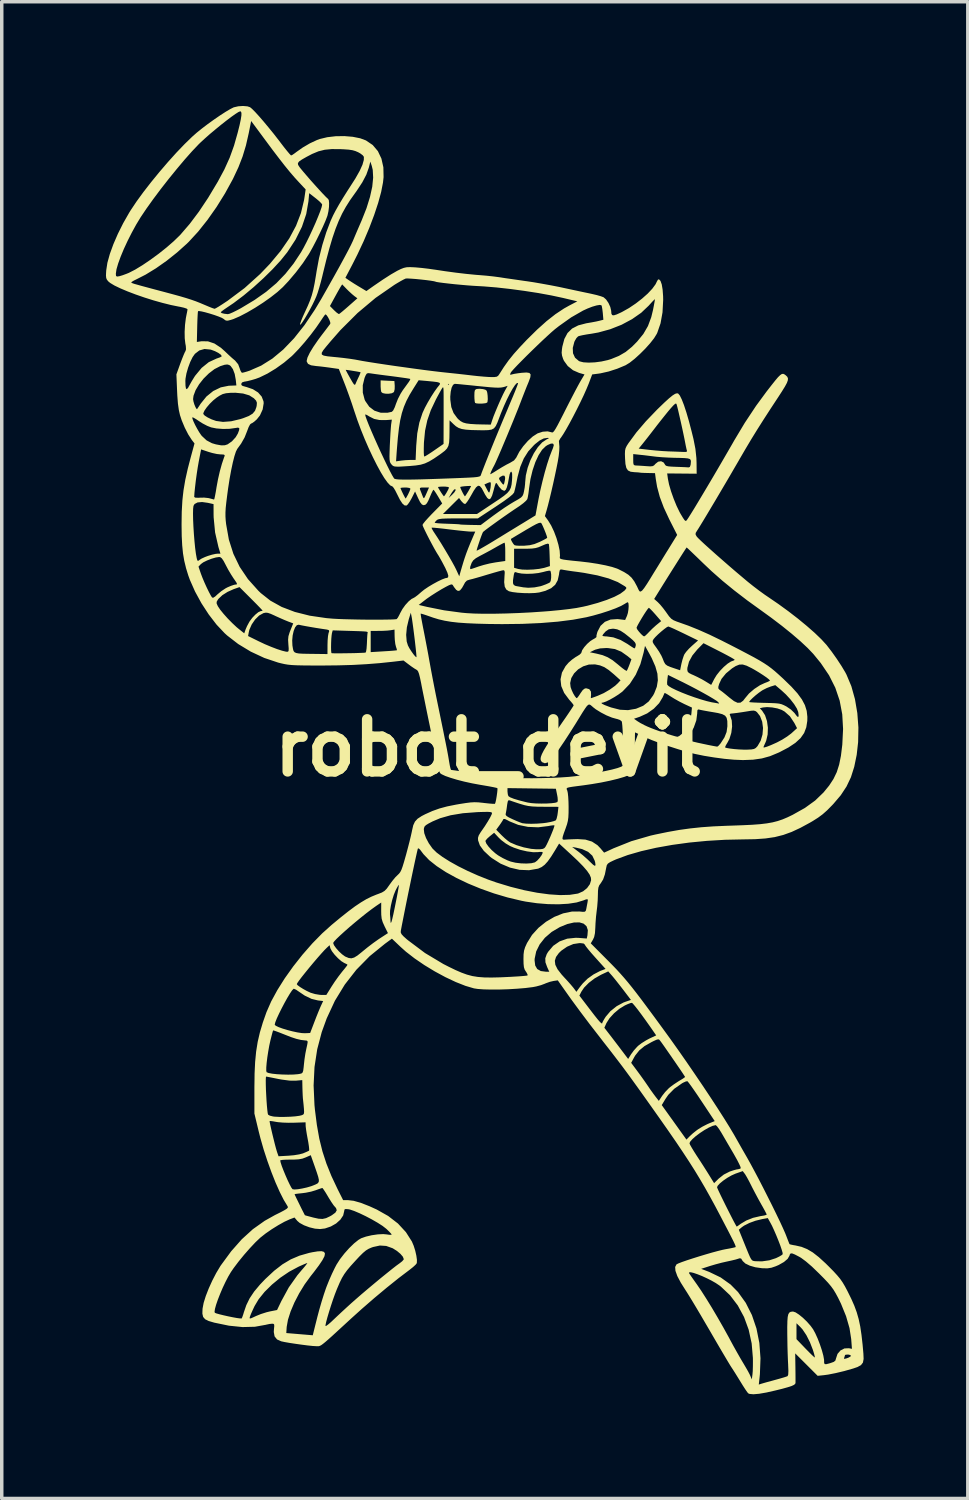
<source format=kicad_pcb>
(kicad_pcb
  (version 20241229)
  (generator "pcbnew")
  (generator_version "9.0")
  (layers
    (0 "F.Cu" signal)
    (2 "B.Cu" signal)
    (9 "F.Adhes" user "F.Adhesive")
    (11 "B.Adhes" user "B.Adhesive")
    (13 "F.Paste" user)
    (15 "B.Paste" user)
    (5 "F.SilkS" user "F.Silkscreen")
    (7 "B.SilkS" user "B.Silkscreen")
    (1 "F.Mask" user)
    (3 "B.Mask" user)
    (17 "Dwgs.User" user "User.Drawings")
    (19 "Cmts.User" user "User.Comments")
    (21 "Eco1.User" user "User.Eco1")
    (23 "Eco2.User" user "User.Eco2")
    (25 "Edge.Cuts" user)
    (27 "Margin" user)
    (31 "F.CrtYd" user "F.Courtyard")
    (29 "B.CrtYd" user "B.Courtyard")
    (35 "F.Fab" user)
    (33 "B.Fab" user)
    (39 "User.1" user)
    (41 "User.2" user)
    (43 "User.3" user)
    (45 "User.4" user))
  (footprint "robot_devil"
    (layer "F.Cu")
    (at 11.016 18.474)
    (property "Reference" "robot_devil" (at 0 0 0) (layer "F.SilkS") (effects (font (size 1.5 1.5) (thickness 0.3))))
    (attr board_only exclude_from_pos_files exclude_from_bom)
    (fp_poly (pts (xy -2.913 -10.566) (xy -2.715 -10.557) (xy -2.705 -10.42) (xy -2.707 -10.324) (xy -2.724 -10.251) (xy -2.732 -10.237) (xy -2.788 -10.206) (xy -2.876 -10.192) (xy -2.971 -10.193) (xy -3.051 -10.21) (xy -3.092 -10.242) (xy -3.104 -10.304) (xy -3.111 -10.398) (xy -3.111 -10.434) (xy -3.111 -10.576)) (stroke (width 0) (type solid)) (fill yes) (layer "F.SilkS"))
    (fp_poly (pts (xy -0.163 -10.325) (xy -0.159 -10.324) (xy -0.094 -10.306) (xy -0.058 -10.277) (xy -0.041 -10.217) (xy -0.031 -10.134) (xy -0.027 -10.035) (xy -0.035 -9.96) (xy -0.045 -9.937) (xy -0.093 -9.919) (xy -0.178 -9.909) (xy -0.274 -9.907) (xy -0.354 -9.914) (xy -0.392 -9.927) (xy -0.403 -9.968) (xy -0.411 -10.052) (xy -0.413 -10.13) (xy -0.41 -10.235) (xy -0.398 -10.292) (xy -0.37 -10.32) (xy -0.341 -10.329) (xy -0.261 -10.335)) (stroke (width 0) (type solid)) (fill yes) (layer "F.SilkS"))
    (fp_poly (pts (xy -6.944 -18.463) (xy -6.869 -18.438) (xy -6.813 -18.392) (xy -6.725 -18.304) (xy -6.612 -18.18) (xy -6.481 -18.029) (xy -6.338 -17.857) (xy -6.189 -17.674) (xy -6.042 -17.485) (xy -5.995 -17.423) (xy -5.894 -17.291) (xy -5.805 -17.18) (xy -5.736 -17.098) (xy -5.695 -17.055) (xy -5.687 -17.05) (xy -5.648 -17.068) (xy -5.58 -17.115) (xy -5.537 -17.148) (xy -5.353 -17.278) (xy -5.148 -17.398) (xy -4.947 -17.492) (xy -4.863 -17.523) (xy -4.647 -17.575) (xy -4.406 -17.603) (xy -4.156 -17.607) (xy -3.914 -17.587) (xy -3.699 -17.544) (xy -3.533 -17.482) (xy -3.339 -17.35) (xy -3.19 -17.174) (xy -3.088 -16.959) (xy -3.032 -16.709) (xy -3.026 -16.426) (xy -3.043 -16.27) (xy -3.096 -15.998) (xy -3.182 -15.683) (xy -3.297 -15.336) (xy -3.437 -14.966) (xy -3.599 -14.583) (xy -3.78 -14.197) (xy -3.922 -13.916) (xy -4.125 -13.528) (xy -4.039 -13.468) (xy -3.97 -13.422) (xy -3.867 -13.356) (xy -3.751 -13.285) (xy -3.737 -13.277) (xy -3.521 -13.147) (xy -3.309 -13.297) (xy -3.044 -13.478) (xy -2.817 -13.624) (xy -2.631 -13.731) (xy -2.529 -13.781) (xy -2.444 -13.814) (xy -2.363 -13.832) (xy -2.267 -13.836) (xy -2.133 -13.83) (xy -2.101 -13.828) (xy -1.927 -13.812) (xy -1.733 -13.789) (xy -1.56 -13.764) (xy -1.556 -13.764) (xy -1.252 -13.718) (xy -0.943 -13.676) (xy -0.646 -13.641) (xy -0.381 -13.615) (xy -0.254 -13.605) (xy -0.075 -13.59) (xy 0.124 -13.569) (xy 0.305 -13.545) (xy 0.333 -13.541) (xy 0.473 -13.519) (xy 0.655 -13.493) (xy 0.856 -13.464) (xy 1.056 -13.435) (xy 1.095 -13.43) (xy 1.294 -13.4) (xy 1.531 -13.359) (xy 1.784 -13.313) (xy 2.029 -13.265) (xy 2.159 -13.237) (xy 2.364 -13.193) (xy 2.565 -13.15) (xy 2.748 -13.111) (xy 2.897 -13.08) (xy 2.983 -13.061) (xy 3.111 -13.031) (xy 3.226 -12.998) (xy 3.302 -12.97) (xy 3.306 -12.968) (xy 3.377 -12.906) (xy 3.446 -12.805) (xy 3.499 -12.689) (xy 3.524 -12.583) (xy 3.525 -12.571) (xy 3.531 -12.496) (xy 3.553 -12.455) (xy 3.601 -12.448) (xy 3.683 -12.474) (xy 3.81 -12.532) (xy 3.847 -12.551) (xy 4.039 -12.659) (xy 4.232 -12.789) (xy 4.414 -12.93) (xy 4.577 -13.075) (xy 4.709 -13.216) (xy 4.802 -13.343) (xy 4.841 -13.424) (xy 4.871 -13.475) (xy 4.9 -13.485) (xy 4.944 -13.439) (xy 4.98 -13.338) (xy 5.005 -13.189) (xy 5.019 -13) (xy 5.021 -12.89) (xy 5.002 -12.533) (xy 4.945 -12.217) (xy 4.852 -11.948) (xy 4.835 -11.912) (xy 4.76 -11.79) (xy 4.646 -11.645) (xy 4.507 -11.49) (xy 4.354 -11.337) (xy 4.2 -11.197) (xy 4.058 -11.085) (xy 3.939 -11.012) (xy 3.937 -11.011) (xy 3.7 -10.912) (xy 3.453 -10.832) (xy 3.222 -10.78) (xy 3.164 -10.771) (xy 2.978 -10.747) (xy 2.876 -10.477) (xy 2.814 -10.328) (xy 2.734 -10.148) (xy 2.639 -9.949) (xy 2.536 -9.741) (xy 2.43 -9.535) (xy 2.326 -9.34) (xy 2.229 -9.167) (xy 2.146 -9.028) (xy 2.081 -8.931) (xy 2.06 -8.905) (xy 2.02 -8.833) (xy 2.027 -8.748) (xy 2.034 -8.671) (xy 2.03 -8.551) (xy 2.015 -8.407) (xy 2.009 -8.368) (xy 1.986 -8.231) (xy 1.95 -8.049) (xy 1.905 -7.835) (xy 1.855 -7.605) (xy 1.802 -7.374) (xy 1.75 -7.157) (xy 1.703 -6.97) (xy 1.666 -6.836) (xy 1.617 -6.67) (xy 1.711 -6.54) (xy 1.798 -6.398) (xy 1.88 -6.224) (xy 1.951 -6.035) (xy 2.006 -5.846) (xy 2.042 -5.674) (xy 2.051 -5.533) (xy 2.046 -5.487) (xy 2.046 -5.464) (xy 2.059 -5.446) (xy 2.094 -5.431) (xy 2.159 -5.417) (xy 2.262 -5.403) (xy 2.411 -5.386) (xy 2.615 -5.366) (xy 2.635 -5.364) (xy 2.89 -5.334) (xy 3.136 -5.296) (xy 3.359 -5.253) (xy 3.549 -5.207) (xy 3.692 -5.16) (xy 3.731 -5.143) (xy 3.897 -5.059) (xy 4.019 -4.982) (xy 4.112 -4.897) (xy 4.19 -4.791) (xy 4.267 -4.649) (xy 4.317 -4.542) (xy 4.343 -4.504) (xy 4.374 -4.498) (xy 4.417 -4.528) (xy 4.475 -4.6) (xy 4.555 -4.719) (xy 4.64 -4.855) (xy 4.745 -5.027) (xy 4.87 -5.229) (xy 5 -5.441) (xy 5.121 -5.638) (xy 5.149 -5.682) (xy 5.424 -6.128) (xy 5.195 -6.58) (xy 5.039 -6.915) (xy 4.924 -7.221) (xy 4.846 -7.512) (xy 4.808 -7.739) (xy 4.786 -7.906) (xy 4.584 -7.91) (xy 4.474 -7.913) (xy 4.388 -7.917) (xy 4.35 -7.922) (xy 4.299 -7.928) (xy 4.215 -7.933) (xy 4.195 -7.934) (xy 4.084 -7.947) (xy 4.008 -7.984) (xy 3.961 -8.055) (xy 3.935 -8.17) (xy 3.924 -8.328) (xy 3.92 -8.455) (xy 4.159 -8.455) (xy 4.159 -8.291) (xy 4.161 -8.195) (xy 4.174 -8.147) (xy 4.205 -8.129) (xy 4.247 -8.126) (xy 4.325 -8.122) (xy 4.439 -8.115) (xy 4.534 -8.108) (xy 4.645 -8.101) (xy 4.713 -8.107) (xy 4.758 -8.129) (xy 4.799 -8.174) (xy 4.8 -8.175) (xy 4.877 -8.236) (xy 4.961 -8.249) (xy 5.034 -8.213) (xy 5.063 -8.169) (xy 5.083 -8.136) (xy 5.116 -8.114) (xy 5.175 -8.101) (xy 5.273 -8.093) (xy 5.397 -8.088) (xy 5.534 -8.083) (xy 5.651 -8.078) (xy 5.731 -8.073) (xy 5.751 -8.071) (xy 5.789 -8.084) (xy 5.81 -8.143) (xy 5.815 -8.189) (xy 5.819 -8.246) (xy 5.812 -8.287) (xy 5.785 -8.314) (xy 5.728 -8.331) (xy 5.634 -8.34) (xy 5.492 -8.345) (xy 5.339 -8.348) (xy 5.168 -8.354) (xy 4.993 -8.364) (xy 4.839 -8.377) (xy 4.778 -8.384) (xy 4.626 -8.403) (xy 4.464 -8.423) (xy 4.358 -8.434) (xy 4.159 -8.455) (xy 3.92 -8.455) (xy 3.92 -8.464) (xy 3.924 -8.556) (xy 3.937 -8.612) (xy 4.316 -8.612) (xy 4.627 -8.576) (xy 4.806 -8.558) (xy 5.003 -8.542) (xy 5.184 -8.532) (xy 5.223 -8.531) (xy 5.366 -8.526) (xy 5.497 -8.521) (xy 5.594 -8.517) (xy 5.615 -8.516) (xy 5.687 -8.517) (xy 5.708 -8.539) (xy 5.704 -8.555) (xy 5.69 -8.609) (xy 5.67 -8.703) (xy 5.651 -8.801) (xy 5.632 -8.899) (xy 5.603 -9.038) (xy 5.568 -9.202) (xy 5.529 -9.378) (xy 5.49 -9.549) (xy 5.455 -9.702) (xy 5.426 -9.82) (xy 5.408 -9.886) (xy 5.393 -9.91) (xy 5.364 -9.901) (xy 5.312 -9.853) (xy 5.243 -9.777) (xy 5.168 -9.689) (xy 5.067 -9.564) (xy 4.952 -9.42) (xy 4.835 -9.271) (xy 4.813 -9.242) (xy 4.702 -9.098) (xy 4.595 -8.96) (xy 4.502 -8.842) (xy 4.435 -8.758) (xy 4.423 -8.743) (xy 4.316 -8.612) (xy 3.937 -8.612) (xy 3.94 -8.625) (xy 3.972 -8.691) (xy 4.026 -8.775) (xy 4.029 -8.778) (xy 4.251 -9.08) (xy 4.522 -9.397) (xy 4.846 -9.735) (xy 4.885 -9.773) (xy 5.056 -9.938) (xy 5.19 -10.06) (xy 5.292 -10.143) (xy 5.367 -10.19) (xy 5.422 -10.205) (xy 5.454 -10.196) (xy 5.5 -10.141) (xy 5.556 -10.028) (xy 5.62 -9.864) (xy 5.689 -9.654) (xy 5.762 -9.403) (xy 5.837 -9.117) (xy 5.893 -8.89) (xy 5.949 -8.604) (xy 5.977 -8.341) (xy 5.982 -8.207) (xy 5.985 -7.89) (xy 5.561 -7.894) (xy 5.136 -7.898) (xy 5.157 -7.745) (xy 5.19 -7.581) (xy 5.248 -7.382) (xy 5.323 -7.17) (xy 5.407 -6.964) (xy 5.494 -6.784) (xy 5.522 -6.734) (xy 5.59 -6.621) (xy 5.634 -6.556) (xy 5.664 -6.531) (xy 5.687 -6.538) (xy 5.705 -6.559) (xy 5.749 -6.624) (xy 5.82 -6.737) (xy 5.915 -6.89) (xy 6.028 -7.078) (xy 6.157 -7.293) (xy 6.297 -7.528) (xy 6.444 -7.776) (xy 6.593 -8.03) (xy 6.741 -8.284) (xy 6.883 -8.529) (xy 7.016 -8.759) (xy 7.063 -8.842) (xy 7.37 -9.354) (xy 7.695 -9.844) (xy 7.997 -10.255) (xy 8.138 -10.436) (xy 8.246 -10.572) (xy 8.327 -10.668) (xy 8.389 -10.728) (xy 8.435 -10.759) (xy 8.473 -10.765) (xy 8.509 -10.751) (xy 8.547 -10.724) (xy 8.59 -10.683) (xy 8.612 -10.639) (xy 8.61 -10.582) (xy 8.583 -10.505) (xy 8.526 -10.399) (xy 8.438 -10.257) (xy 8.333 -10.095) (xy 8.106 -9.75) (xy 7.907 -9.442) (xy 7.727 -9.158) (xy 7.557 -8.882) (xy 7.389 -8.6) (xy 7.213 -8.298) (xy 7.201 -8.276) (xy 7.08 -8.069) (xy 6.949 -7.843) (xy 6.811 -7.608) (xy 6.67 -7.369) (xy 6.532 -7.135) (xy 6.4 -6.914) (xy 6.279 -6.711) (xy 6.173 -6.535) (xy 6.087 -6.394) (xy 6.025 -6.294) (xy 5.995 -6.248) (xy 5.956 -6.184) (xy 5.955 -6.137) (xy 5.986 -6.082) (xy 6.025 -6.039) (xy 6.106 -5.96) (xy 6.223 -5.851) (xy 6.37 -5.719) (xy 6.539 -5.568) (xy 6.725 -5.405) (xy 6.921 -5.234) (xy 7.121 -5.062) (xy 7.319 -4.895) (xy 7.458 -4.778) (xy 7.612 -4.655) (xy 7.784 -4.524) (xy 7.95 -4.404) (xy 8.049 -4.337) (xy 8.337 -4.14) (xy 8.623 -3.932) (xy 8.899 -3.719) (xy 9.154 -3.509) (xy 9.382 -3.309) (xy 9.572 -3.126) (xy 9.717 -2.968) (xy 9.727 -2.956) (xy 9.873 -2.766) (xy 10.019 -2.56) (xy 10.153 -2.356) (xy 10.262 -2.174) (xy 10.298 -2.105) (xy 10.437 -1.774) (xy 10.541 -1.401) (xy 10.609 -1) (xy 10.64 -0.584) (xy 10.632 -0.165) (xy 10.591 0.201) (xy 10.52 0.546) (xy 10.425 0.846) (xy 10.298 1.113) (xy 10.132 1.365) (xy 9.92 1.614) (xy 9.885 1.651) (xy 9.739 1.799) (xy 9.61 1.913) (xy 9.479 2.01) (xy 9.324 2.108) (xy 9.245 2.154) (xy 8.97 2.303) (xy 8.719 2.42) (xy 8.478 2.507) (xy 8.232 2.569) (xy 7.966 2.608) (xy 7.667 2.629) (xy 7.322 2.635) (xy 6.802 2.646) (xy 6.283 2.677) (xy 5.774 2.726) (xy 5.283 2.793) (xy 4.818 2.876) (xy 4.389 2.974) (xy 4.003 3.085) (xy 3.669 3.208) (xy 3.598 3.239) (xy 3.492 3.29) (xy 3.431 3.331) (xy 3.399 3.376) (xy 3.384 3.44) (xy 3.382 3.45) (xy 3.343 3.643) (xy 3.293 3.787) (xy 3.227 3.894) (xy 3.222 3.9) (xy 3.18 3.959) (xy 3.156 4.024) (xy 3.145 4.115) (xy 3.142 4.227) (xy 3.137 4.387) (xy 3.123 4.566) (xy 3.107 4.699) (xy 3.088 4.862) (xy 3.074 5.043) (xy 3.068 5.175) (xy 3.058 5.333) (xy 3.034 5.447) (xy 3 5.52) (xy 2.937 5.627) (xy 3.431 6.123) (xy 3.559 6.253) (xy 3.676 6.374) (xy 3.785 6.493) (xy 3.893 6.615) (xy 4.004 6.746) (xy 4.123 6.893) (xy 4.255 7.062) (xy 4.404 7.258) (xy 4.576 7.489) (xy 4.775 7.758) (xy 4.997 8.061) (xy 5.222 8.371) (xy 5.456 8.7) (xy 5.694 9.041) (xy 5.931 9.387) (xy 6.163 9.729) (xy 6.384 10.061) (xy 6.589 10.375) (xy 6.774 10.664) (xy 6.933 10.92) (xy 7.061 11.135) (xy 7.103 11.209) (xy 7.154 11.299) (xy 7.228 11.43) (xy 7.316 11.585) (xy 7.411 11.75) (xy 7.446 11.811) (xy 7.542 11.984) (xy 7.654 12.192) (xy 7.777 12.424) (xy 7.905 12.673) (xy 8.034 12.928) (xy 8.16 13.179) (xy 8.277 13.418) (xy 8.382 13.636) (xy 8.468 13.822) (xy 8.532 13.967) (xy 8.559 14.034) (xy 8.602 14.146) (xy 8.636 14.233) (xy 8.655 14.28) (xy 8.657 14.284) (xy 8.691 14.296) (xy 8.768 14.312) (xy 8.833 14.323) (xy 9.003 14.362) (xy 9.164 14.427) (xy 9.327 14.523) (xy 9.501 14.659) (xy 9.697 14.838) (xy 9.78 14.92) (xy 9.924 15.066) (xy 10.032 15.184) (xy 10.116 15.285) (xy 10.186 15.386) (xy 10.253 15.499) (xy 10.326 15.637) (xy 10.434 15.856) (xy 10.522 16.055) (xy 10.592 16.246) (xy 10.648 16.442) (xy 10.693 16.654) (xy 10.729 16.897) (xy 10.761 17.18) (xy 10.784 17.439) (xy 10.79 17.589) (xy 10.77 17.693) (xy 10.714 17.766) (xy 10.614 17.821) (xy 10.489 17.864) (xy 10.232 17.937) (xy 9.985 17.996) (xy 9.767 18.039) (xy 9.641 18.056) (xy 9.467 18.074) (xy 9.144 17.751) (xy 8.821 17.428) (xy 8.827 17.834) (xy 8.829 17.991) (xy 8.83 18.126) (xy 8.83 18.226) (xy 8.83 18.277) (xy 8.83 18.279) (xy 8.818 18.309) (xy 8.782 18.337) (xy 8.715 18.368) (xy 8.609 18.402) (xy 8.456 18.445) (xy 8.255 18.495) (xy 7.995 18.554) (xy 7.782 18.591) (xy 7.618 18.605) (xy 7.508 18.595) (xy 7.473 18.581) (xy 7.442 18.546) (xy 7.388 18.468) (xy 7.318 18.36) (xy 7.254 18.256) (xy 7.169 18.118) (xy 7.087 17.986) (xy 7.018 17.878) (xy 6.985 17.828) (xy 6.948 17.77) (xy 6.884 17.664) (xy 6.798 17.519) (xy 6.693 17.342) (xy 6.575 17.14) (xy 6.447 16.92) (xy 6.366 16.78) (xy 6.23 16.548) (xy 6.098 16.322) (xy 5.974 16.113) (xy 5.863 15.928) (xy 5.77 15.776) (xy 5.701 15.665) (xy 5.676 15.627) (xy 5.529 15.394) (xy 5.428 15.203) (xy 5.399 15.121) (xy 5.767 15.121) (xy 5.794 15.162) (xy 5.849 15.242) (xy 5.925 15.349) (xy 5.993 15.445) (xy 6.118 15.628) (xy 6.263 15.855) (xy 6.423 16.115) (xy 6.588 16.395) (xy 6.753 16.683) (xy 6.91 16.967) (xy 6.954 17.05) (xy 7.048 17.223) (xy 7.149 17.403) (xy 7.244 17.57) (xy 7.322 17.702) (xy 7.324 17.705) (xy 7.399 17.832) (xy 7.467 17.951) (xy 7.515 18.043) (xy 7.527 18.07) (xy 7.572 18.177) (xy 7.591 18.034) (xy 7.599 17.94) (xy 7.603 17.804) (xy 7.604 17.649) (xy 7.603 17.558) (xy 7.568 17.141) (xy 7.482 16.747) (xy 7.348 16.381) (xy 7.168 16.048) (xy 6.945 15.755) (xy 6.682 15.507) (xy 6.638 15.473) (xy 6.534 15.403) (xy 6.409 15.332) (xy 6.273 15.264) (xy 6.136 15.201) (xy 6.007 15.15) (xy 5.896 15.112) (xy 5.813 15.093) (xy 5.767 15.096) (xy 5.767 15.121) (xy 5.399 15.121) (xy 5.374 15.052) (xy 5.37 14.995) (xy 6.115 14.995) (xy 6.347 15.084) (xy 6.675 15.242) (xy 6.961 15.446) (xy 7.175 15.663) (xy 7.398 15.974) (xy 7.575 16.325) (xy 7.706 16.711) (xy 7.789 17.127) (xy 7.822 17.568) (xy 7.805 18.027) (xy 7.797 18.108) (xy 7.773 18.326) (xy 7.847 18.302) (xy 7.909 18.284) (xy 8.014 18.254) (xy 8.148 18.218) (xy 8.245 18.191) (xy 8.382 18.153) (xy 8.498 18.119) (xy 8.577 18.093) (xy 8.603 18.082) (xy 8.62 18.038) (xy 8.625 17.933) (xy 8.618 17.766) (xy 8.618 17.754) (xy 8.611 17.614) (xy 8.604 17.43) (xy 8.598 17.221) (xy 8.595 17.005) (xy 8.593 16.888) (xy 8.592 16.666) (xy 8.595 16.561) (xy 8.858 16.561) (xy 8.858 16.79) (xy 8.858 17.019) (xy 9.117 17.289) (xy 9.219 17.393) (xy 9.304 17.477) (xy 9.363 17.531) (xy 9.387 17.548) (xy 9.383 17.514) (xy 9.364 17.437) (xy 9.332 17.334) (xy 9.332 17.333) (xy 9.245 17.107) (xy 9.142 16.903) (xy 9.032 16.739) (xy 8.967 16.667) (xy 8.858 16.561) (xy 8.595 16.561) (xy 8.596 16.5) (xy 8.605 16.381) (xy 8.623 16.302) (xy 8.651 16.255) (xy 8.691 16.232) (xy 8.745 16.225) (xy 8.759 16.224) (xy 8.832 16.248) (xy 8.93 16.312) (xy 9.043 16.404) (xy 9.158 16.515) (xy 9.263 16.634) (xy 9.336 16.734) (xy 9.4 16.852) (xy 9.468 17.003) (xy 9.533 17.172) (xy 9.589 17.34) (xy 9.63 17.49) (xy 9.651 17.606) (xy 9.652 17.629) (xy 9.654 17.701) (xy 9.669 17.736) (xy 9.711 17.74) (xy 9.794 17.719) (xy 9.842 17.705) (xy 9.933 17.672) (xy 9.978 17.634) (xy 9.995 17.576) (xy 10.225 17.576) (xy 10.24 17.586) (xy 10.295 17.572) (xy 10.346 17.555) (xy 10.414 17.518) (xy 10.422 17.485) (xy 10.37 17.465) (xy 10.333 17.462) (xy 10.274 17.467) (xy 10.255 17.476) (xy 10.245 17.513) (xy 10.236 17.539) (xy 10.225 17.576) (xy 9.995 17.576) (xy 9.996 17.575) (xy 9.996 17.573) (xy 10.039 17.443) (xy 10.124 17.344) (xy 10.239 17.286) (xy 10.368 17.28) (xy 10.37 17.281) (xy 10.454 17.297) (xy 10.433 17.018) (xy 10.384 16.701) (xy 10.285 16.358) (xy 10.139 15.999) (xy 10.055 15.827) (xy 9.987 15.701) (xy 9.923 15.595) (xy 9.852 15.497) (xy 9.765 15.394) (xy 9.651 15.273) (xy 9.508 15.129) (xy 9.303 14.931) (xy 9.131 14.783) (xy 8.991 14.679) (xy 8.932 14.645) (xy 8.813 14.583) (xy 8.737 14.552) (xy 8.693 14.551) (xy 8.668 14.577) (xy 8.655 14.619) (xy 8.603 14.708) (xy 8.497 14.798) (xy 8.344 14.885) (xy 8.255 14.923) (xy 8.137 14.963) (xy 8.027 14.98) (xy 7.893 14.979) (xy 7.858 14.976) (xy 7.675 14.95) (xy 7.515 14.904) (xy 7.388 14.843) (xy 7.31 14.771) (xy 7.298 14.751) (xy 7.264 14.698) (xy 7.218 14.692) (xy 7.179 14.705) (xy 7.107 14.727) (xy 6.996 14.754) (xy 6.868 14.782) (xy 6.858 14.784) (xy 6.704 14.819) (xy 6.527 14.866) (xy 6.368 14.913) (xy 6.368 14.913) (xy 6.115 14.995) (xy 5.37 14.995) (xy 5.366 14.941) (xy 5.404 14.868) (xy 5.409 14.864) (xy 5.461 14.838) (xy 5.564 14.798) (xy 5.705 14.749) (xy 5.874 14.694) (xy 6.058 14.636) (xy 6.247 14.579) (xy 6.43 14.526) (xy 6.594 14.482) (xy 6.73 14.448) (xy 6.807 14.432) (xy 6.934 14.409) (xy 7.035 14.388) (xy 7.096 14.373) (xy 7.106 14.368) (xy 7.108 14.356) (xy 7.1 14.328) (xy 7.08 14.279) (xy 7.044 14.202) (xy 6.989 14.093) (xy 6.914 13.946) (xy 6.874 13.869) (xy 7.198 13.869) (xy 7.35 14.245) (xy 7.425 14.43) (xy 7.48 14.564) (xy 7.521 14.657) (xy 7.553 14.715) (xy 7.58 14.748) (xy 7.608 14.764) (xy 7.641 14.771) (xy 7.664 14.775) (xy 7.864 14.78) (xy 8.078 14.749) (xy 8.266 14.688) (xy 8.363 14.641) (xy 8.435 14.598) (xy 8.461 14.574) (xy 8.458 14.532) (xy 8.433 14.445) (xy 8.392 14.324) (xy 8.338 14.183) (xy 8.277 14.033) (xy 8.214 13.887) (xy 8.154 13.757) (xy 8.109 13.672) (xy 8.032 13.534) (xy 7.869 13.564) (xy 7.68 13.61) (xy 7.501 13.675) (xy 7.352 13.75) (xy 7.29 13.793) (xy 7.198 13.869) (xy 6.874 13.869) (xy 6.814 13.755) (xy 6.688 13.513) (xy 6.673 13.484) (xy 6.516 13.187) (xy 6.367 12.914) (xy 6.223 12.657) (xy 6.217 12.647) (xy 6.572 12.647) (xy 6.585 12.683) (xy 6.622 12.764) (xy 6.677 12.88) (xy 6.745 13.019) (xy 6.82 13.171) (xy 6.898 13.326) (xy 6.973 13.474) (xy 7.039 13.603) (xy 7.093 13.704) (xy 7.127 13.765) (xy 7.138 13.779) (xy 7.167 13.762) (xy 7.228 13.718) (xy 7.255 13.698) (xy 7.413 13.604) (xy 7.608 13.527) (xy 7.814 13.479) (xy 7.838 13.475) (xy 7.93 13.46) (xy 7.989 13.442) (xy 8.001 13.433) (xy 7.986 13.398) (xy 7.946 13.321) (xy 7.888 13.215) (xy 7.847 13.143) (xy 7.758 12.983) (xy 7.662 12.803) (xy 7.575 12.636) (xy 7.56 12.605) (xy 7.495 12.477) (xy 7.433 12.363) (xy 7.384 12.28) (xy 7.369 12.259) (xy 7.311 12.182) (xy 7.101 12.256) (xy 6.987 12.307) (xy 6.865 12.377) (xy 6.75 12.456) (xy 6.654 12.535) (xy 6.59 12.604) (xy 6.572 12.647) (xy 6.217 12.647) (xy 6.077 12.408) (xy 5.926 12.159) (xy 5.764 11.904) (xy 5.586 11.633) (xy 5.418 11.383) (xy 5.779 11.383) (xy 5.795 11.424) (xy 5.841 11.505) (xy 5.908 11.616) (xy 5.99 11.745) (xy 5.995 11.752) (xy 6.096 11.906) (xy 6.2 12.068) (xy 6.293 12.215) (xy 6.349 12.305) (xy 6.487 12.529) (xy 6.62 12.397) (xy 6.767 12.281) (xy 6.934 12.196) (xy 7.041 12.16) (xy 7.131 12.135) (xy 7.175 12.129) (xy 7.235 12.114) (xy 7.254 12.098) (xy 7.246 12.06) (xy 7.21 11.98) (xy 7.152 11.866) (xy 7.076 11.73) (xy 7.046 11.677) (xy 6.95 11.513) (xy 6.853 11.347) (xy 6.766 11.197) (xy 6.699 11.082) (xy 6.694 11.073) (xy 6.63 10.972) (xy 6.574 10.896) (xy 6.536 10.86) (xy 6.531 10.859) (xy 6.447 10.879) (xy 6.335 10.929) (xy 6.208 11.001) (xy 6.078 11.087) (xy 5.958 11.177) (xy 5.86 11.264) (xy 5.796 11.338) (xy 5.779 11.383) (xy 5.418 11.383) (xy 5.389 11.34) (xy 5.166 11.017) (xy 4.913 10.656) (xy 4.719 10.382) (xy 4.648 10.282) (xy 4.98 10.282) (xy 5.336 10.779) (xy 5.691 11.275) (xy 5.789 11.175) (xy 5.876 11.095) (xy 5.983 11.01) (xy 6.031 10.976) (xy 6.15 10.903) (xy 6.285 10.834) (xy 6.339 10.81) (xy 6.505 10.743) (xy 6.127 10.174) (xy 6.015 10.006) (xy 5.912 9.856) (xy 5.826 9.733) (xy 5.761 9.645) (xy 5.723 9.599) (xy 5.717 9.594) (xy 5.671 9.603) (xy 5.596 9.637) (xy 5.564 9.655) (xy 5.339 9.813) (xy 5.168 9.987) (xy 5.086 10.106) (xy 4.98 10.282) (xy 4.648 10.282) (xy 4.519 10.1) (xy 4.35 9.862) (xy 4.203 9.658) (xy 4.074 9.479) (xy 3.955 9.317) (xy 3.84 9.162) (xy 3.767 9.066) (xy 4.1 9.066) (xy 4.27 9.294) (xy 4.37 9.43) (xy 4.475 9.577) (xy 4.565 9.707) (xy 4.575 9.722) (xy 4.656 9.841) (xy 4.739 9.956) (xy 4.803 10.042) (xy 4.896 10.161) (xy 4.991 10.017) (xy 5.076 9.908) (xy 5.178 9.802) (xy 5.218 9.767) (xy 5.329 9.685) (xy 5.455 9.602) (xy 5.501 9.574) (xy 5.584 9.524) (xy 5.639 9.485) (xy 5.652 9.472) (xy 5.634 9.443) (xy 5.588 9.372) (xy 5.518 9.268) (xy 5.431 9.141) (xy 5.334 9) (xy 5.235 8.856) (xy 5.138 8.717) (xy 5.052 8.593) (xy 4.982 8.494) (xy 4.935 8.431) (xy 4.909 8.4) (xy 4.879 8.389) (xy 4.83 8.401) (xy 4.748 8.438) (xy 4.686 8.469) (xy 4.484 8.584) (xy 4.333 8.708) (xy 4.217 8.854) (xy 4.183 8.912) (xy 4.1 9.066) (xy 3.767 9.066) (xy 3.722 9.007) (xy 3.595 8.841) (xy 3.453 8.657) (xy 3.287 8.445) (xy 3.239 8.382) (xy 2.986 8.056) (xy 3.328 8.056) (xy 3.46 8.227) (xy 3.538 8.328) (xy 3.638 8.459) (xy 3.745 8.599) (xy 3.803 8.676) (xy 4.013 8.954) (xy 4.097 8.819) (xy 4.175 8.712) (xy 4.271 8.605) (xy 4.305 8.572) (xy 4.403 8.498) (xy 4.529 8.419) (xy 4.624 8.368) (xy 4.82 8.276) (xy 4.642 8.019) (xy 4.515 7.84) (xy 4.397 7.677) (xy 4.293 7.538) (xy 4.208 7.431) (xy 4.148 7.361) (xy 4.122 7.339) (xy 4.08 7.346) (xy 4.001 7.376) (xy 3.918 7.414) (xy 3.759 7.511) (xy 3.606 7.64) (xy 3.476 7.783) (xy 3.388 7.922) (xy 3.386 7.927) (xy 3.328 8.056) (xy 2.986 8.056) (xy 2.916 7.966) (xy 2.633 7.59) (xy 2.382 7.249) (xy 2.298 7.131) (xy 2.609 7.131) (xy 2.916 7.533) (xy 3.043 7.698) (xy 3.137 7.816) (xy 3.203 7.891) (xy 3.244 7.928) (xy 3.265 7.932) (xy 3.27 7.911) (xy 3.287 7.872) (xy 3.329 7.799) (xy 3.368 7.738) (xy 3.504 7.578) (xy 3.682 7.436) (xy 3.878 7.33) (xy 3.934 7.309) (xy 4.093 7.255) (xy 3.876 6.969) (xy 3.775 6.839) (xy 3.676 6.713) (xy 3.592 6.609) (xy 3.55 6.559) (xy 3.44 6.434) (xy 3.23 6.532) (xy 3.048 6.636) (xy 2.881 6.763) (xy 2.746 6.9) (xy 2.667 7.017) (xy 2.609 7.131) (xy 2.298 7.131) (xy 2.254 7.069) (xy 1.988 6.692) (xy 1.868 6.709) (xy 1.761 6.734) (xy 1.643 6.776) (xy 1.612 6.79) (xy 1.505 6.83) (xy 1.369 6.867) (xy 1.27 6.886) (xy 1.055 6.913) (xy 0.814 6.933) (xy 0.561 6.948) (xy 0.308 6.956) (xy 0.068 6.957) (xy -0.145 6.952) (xy -0.319 6.939) (xy -0.424 6.923) (xy -0.671 6.85) (xy -0.949 6.74) (xy -1.248 6.599) (xy -1.553 6.434) (xy -1.853 6.252) (xy -2.134 6.06) (xy -2.384 5.866) (xy -2.535 5.731) (xy -2.786 5.492) (xy -2.988 5.64) (xy -3.425 5.995) (xy -3.809 6.386) (xy -4.142 6.813) (xy -4.427 7.279) (xy -4.663 7.787) (xy -4.806 8.181) (xy -4.936 8.675) (xy -5.014 9.185) (xy -5.04 9.717) (xy -5.015 10.28) (xy -5.002 10.414) (xy -4.946 10.854) (xy -4.876 11.249) (xy -4.786 11.613) (xy -4.671 11.966) (xy -4.528 12.322) (xy -4.351 12.698) (xy -4.338 12.724) (xy -4.19 13.018) (xy -4.048 13.018) (xy -3.887 13.037) (xy -3.682 13.095) (xy -3.432 13.193) (xy -3.223 13.288) (xy -2.893 13.474) (xy -2.612 13.691) (xy -2.383 13.939) (xy -2.211 14.209) (xy -2.159 14.332) (xy -2.115 14.473) (xy -2.083 14.614) (xy -2.066 14.737) (xy -2.069 14.823) (xy -2.072 14.835) (xy -2.106 14.878) (xy -2.178 14.944) (xy -2.271 15.018) (xy -2.276 15.022) (xy -2.591 15.261) (xy -2.934 15.536) (xy -3.292 15.835) (xy -3.65 16.146) (xy -3.952 16.418) (xy -4.177 16.625) (xy -4.36 16.793) (xy -4.506 16.927) (xy -4.62 17.029) (xy -4.708 17.105) (xy -4.774 17.158) (xy -4.823 17.193) (xy -4.861 17.212) (xy -4.892 17.221) (xy -4.922 17.222) (xy -4.955 17.221) (xy -4.966 17.221) (xy -5.066 17.215) (xy -5.211 17.2) (xy -5.382 17.178) (xy -5.561 17.153) (xy -5.732 17.127) (xy -5.874 17.102) (xy -5.972 17.081) (xy -6.092 17.027) (xy -6.163 16.939) (xy -6.186 16.813) (xy -6.181 16.731) (xy -6.172 16.638) (xy -6.178 16.591) (xy -6.204 16.575) (xy -6.232 16.574) (xy -6.311 16.582) (xy -6.408 16.603) (xy -6.413 16.605) (xy -6.73 16.662) (xy -7.085 16.671) (xy -7.477 16.631) (xy -7.902 16.543) (xy -7.905 16.542) (xy -8.061 16.496) (xy -8.162 16.446) (xy -8.219 16.38) (xy -8.241 16.287) (xy -8.24 16.229) (xy -7.891 16.229) (xy -7.883 16.259) (xy -7.841 16.277) (xy -7.754 16.302) (xy -7.636 16.331) (xy -7.503 16.361) (xy -7.37 16.388) (xy -7.25 16.41) (xy -7.16 16.422) (xy -7.113 16.423) (xy -7.11 16.422) (xy -7.105 16.411) (xy -6.882 16.411) (xy -6.872 16.425) (xy -6.833 16.415) (xy -6.753 16.379) (xy -6.7 16.354) (xy -6.557 16.296) (xy -6.397 16.245) (xy -6.299 16.221) (xy -6.092 16.18) (xy -5.969 15.924) (xy -5.754 15.529) (xy -5.506 15.178) (xy -5.392 15.042) (xy -5.311 14.948) (xy -5.252 14.875) (xy -5.223 14.833) (xy -5.223 14.827) (xy -5.259 14.84) (xy -5.338 14.873) (xy -5.444 14.92) (xy -5.482 14.938) (xy -5.743 15.078) (xy -5.999 15.251) (xy -6.238 15.448) (xy -6.45 15.657) (xy -6.622 15.87) (xy -6.739 16.066) (xy -6.795 16.186) (xy -6.842 16.291) (xy -6.87 16.364) (xy -6.874 16.375) (xy -6.882 16.411) (xy -7.105 16.411) (xy -7.091 16.38) (xy -7.063 16.299) (xy -7.051 16.256) (xy -6.977 16.04) (xy -6.88 15.842) (xy -6.751 15.649) (xy -6.582 15.447) (xy -6.43 15.288) (xy -6.176 15.051) (xy -5.936 14.865) (xy -5.696 14.722) (xy -5.444 14.615) (xy -5.167 14.536) (xy -5.076 14.517) (xy -4.923 14.492) (xy -4.811 14.487) (xy -4.741 14.507) (xy -4.713 14.554) (xy -4.727 14.631) (xy -4.785 14.743) (xy -4.885 14.892) (xy -5.028 15.083) (xy -5.123 15.203) (xy -5.298 15.443) (xy -5.456 15.701) (xy -5.593 15.965) (xy -5.702 16.222) (xy -5.778 16.46) (xy -5.815 16.667) (xy -5.816 16.685) (xy -5.826 16.843) (xy -5.445 16.875) (xy -5.064 16.907) (xy -4.997 16.638) (xy -4.699 16.638) (xy -4.678 16.637) (xy -4.623 16.598) (xy -4.542 16.529) (xy -4.485 16.475) (xy -4.374 16.37) (xy -4.234 16.239) (xy -4.084 16.101) (xy -3.953 15.982) (xy -3.817 15.862) (xy -3.657 15.723) (xy -3.479 15.572) (xy -3.295 15.418) (xy -3.112 15.266) (xy -2.939 15.126) (xy -2.786 15.003) (xy -2.662 14.906) (xy -2.574 14.842) (xy -2.564 14.835) (xy -2.492 14.778) (xy -2.449 14.729) (xy -2.445 14.714) (xy -2.471 14.646) (xy -2.541 14.564) (xy -2.641 14.48) (xy -2.757 14.407) (xy -2.769 14.401) (xy -2.951 14.336) (xy -3.132 14.324) (xy -3.329 14.367) (xy -3.377 14.384) (xy -3.459 14.42) (xy -3.535 14.467) (xy -3.619 14.537) (xy -3.721 14.638) (xy -3.832 14.757) (xy -3.971 14.91) (xy -4.075 15.034) (xy -4.156 15.145) (xy -4.224 15.258) (xy -4.288 15.389) (xy -4.359 15.554) (xy -4.376 15.595) (xy -4.428 15.729) (xy -4.485 15.889) (xy -4.542 16.061) (xy -4.596 16.233) (xy -4.643 16.391) (xy -4.678 16.522) (xy -4.697 16.612) (xy -4.699 16.638) (xy -4.997 16.638) (xy -4.933 16.383) (xy -4.877 16.172) (xy -4.812 15.947) (xy -4.745 15.732) (xy -4.682 15.547) (xy -4.66 15.489) (xy -4.59 15.315) (xy -4.51 15.134) (xy -4.431 14.97) (xy -4.379 14.871) (xy -4.279 14.715) (xy -4.154 14.554) (xy -4.016 14.399) (xy -3.877 14.264) (xy -3.75 14.162) (xy -3.671 14.115) (xy -3.534 14.067) (xy -3.367 14.028) (xy -3.193 14.003) (xy -3.037 13.995) (xy -2.947 14.003) (xy -2.86 14.015) (xy -2.803 14.015) (xy -2.794 14.012) (xy -2.808 13.985) (xy -2.86 13.928) (xy -2.938 13.852) (xy -2.953 13.839) (xy -3.056 13.759) (xy -3.198 13.668) (xy -3.365 13.572) (xy -3.542 13.479) (xy -3.715 13.396) (xy -3.871 13.33) (xy -3.994 13.288) (xy -4.038 13.279) (xy -4.117 13.273) (xy -4.151 13.287) (xy -4.159 13.33) (xy -4.159 13.332) (xy -4.189 13.459) (xy -4.271 13.581) (xy -4.393 13.69) (xy -4.544 13.776) (xy -4.712 13.833) (xy -4.853 13.85) (xy -5.002 13.838) (xy -5.163 13.799) (xy -5.317 13.741) (xy -5.443 13.672) (xy -5.509 13.615) (xy -5.59 13.518) (xy -5.73 13.571) (xy -5.878 13.639) (xy -6.054 13.737) (xy -6.241 13.853) (xy -6.419 13.976) (xy -6.57 14.095) (xy -6.577 14.101) (xy -6.715 14.232) (xy -6.873 14.4) (xy -7.04 14.59) (xy -7.2 14.786) (xy -7.341 14.973) (xy -7.42 15.088) (xy -7.497 15.218) (xy -7.577 15.373) (xy -7.657 15.542) (xy -7.73 15.714) (xy -7.795 15.88) (xy -7.846 16.027) (xy -7.879 16.147) (xy -7.891 16.229) (xy -8.24 16.229) (xy -8.237 16.155) (xy -8.235 16.133) (xy -8.205 15.975) (xy -8.144 15.779) (xy -8.059 15.561) (xy -7.957 15.335) (xy -7.843 15.115) (xy -7.724 14.916) (xy -7.707 14.891) (xy -7.412 14.489) (xy -7.108 14.145) (xy -6.788 13.854) (xy -6.447 13.612) (xy -6.154 13.448) (xy -5.995 13.369) (xy -5.886 13.311) (xy -5.819 13.27) (xy -5.786 13.239) (xy -5.78 13.214) (xy -5.792 13.189) (xy -5.792 13.188) (xy -5.9 13.01) (xy -5.982 12.848) (xy -5.588 12.848) (xy -5.575 12.878) (xy -5.541 12.95) (xy -5.492 13.05) (xy -5.437 13.162) (xy -5.382 13.274) (xy -5.334 13.368) (xy -5.301 13.433) (xy -5.29 13.452) (xy -5.26 13.462) (xy -5.183 13.483) (xy -5.075 13.512) (xy -5.049 13.519) (xy -4.899 13.552) (xy -4.784 13.559) (xy -4.681 13.536) (xy -4.565 13.481) (xy -4.516 13.453) (xy -4.414 13.378) (xy -4.374 13.31) (xy -4.395 13.245) (xy -4.418 13.22) (xy -4.464 13.166) (xy -4.528 13.073) (xy -4.6 12.958) (xy -4.626 12.914) (xy -4.691 12.805) (xy -4.746 12.721) (xy -4.781 12.674) (xy -4.789 12.668) (xy -4.828 12.679) (xy -4.907 12.706) (xy -4.983 12.734) (xy -5.113 12.773) (xy -5.266 12.804) (xy -5.372 12.818) (xy -5.48 12.829) (xy -5.557 12.839) (xy -5.588 12.848) (xy -5.588 12.848) (xy -5.982 12.848) (xy -6.016 12.78) (xy -6.136 12.51) (xy -6.255 12.21) (xy -6.37 11.89) (xy -6.375 11.875) (xy -6.001 11.875) (xy -5.988 11.937) (xy -5.955 12.039) (xy -5.906 12.166) (xy -5.848 12.306) (xy -5.788 12.443) (xy -5.73 12.564) (xy -5.682 12.655) (xy -5.648 12.701) (xy -5.646 12.703) (xy -5.591 12.711) (xy -5.493 12.704) (xy -5.368 12.683) (xy -5.234 12.653) (xy -5.108 12.616) (xy -5.055 12.596) (xy -4.975 12.563) (xy -4.921 12.533) (xy -4.892 12.493) (xy -4.888 12.435) (xy -4.907 12.348) (xy -4.948 12.22) (xy -5.003 12.061) (xy -5.122 11.724) (xy -5.268 11.788) (xy -5.362 11.823) (xy -5.468 11.843) (xy -5.605 11.851) (xy -5.707 11.851) (xy -5.835 11.853) (xy -5.934 11.859) (xy -5.992 11.869) (xy -6.001 11.875) (xy -6.375 11.875) (xy -6.477 11.563) (xy -6.57 11.238) (xy -6.622 11.033) (xy -6.692 10.741) (xy -6.306 10.741) (xy -6.303 10.773) (xy -6.287 10.854) (xy -6.261 10.971) (xy -6.229 11.108) (xy -6.193 11.255) (xy -6.158 11.397) (xy -6.125 11.521) (xy -6.098 11.614) (xy -6.087 11.648) (xy -6.049 11.755) (xy -5.763 11.739) (xy -5.605 11.725) (xy -5.457 11.701) (xy -5.345 11.672) (xy -5.334 11.667) (xy -5.246 11.63) (xy -5.184 11.601) (xy -5.17 11.592) (xy -5.167 11.555) (xy -5.175 11.47) (xy -5.193 11.351) (xy -5.208 11.271) (xy -5.234 11.129) (xy -5.255 10.999) (xy -5.267 10.903) (xy -5.269 10.874) (xy -5.271 10.778) (xy -5.596 10.789) (xy -5.759 10.791) (xy -5.922 10.786) (xy -6.06 10.774) (xy -6.109 10.767) (xy -6.21 10.749) (xy -6.282 10.74) (xy -6.306 10.741) (xy -6.692 10.741) (xy -6.744 10.525) (xy -6.744 9.763) (xy -6.741 9.572) (xy -6.417 9.572) (xy -6.416 9.69) (xy -6.412 9.835) (xy -6.404 9.994) (xy -6.395 10.154) (xy -6.384 10.303) (xy -6.372 10.428) (xy -6.361 10.517) (xy -6.35 10.557) (xy -6.298 10.587) (xy -6.209 10.609) (xy -6.165 10.615) (xy -6.031 10.622) (xy -5.874 10.622) (xy -5.713 10.617) (xy -5.565 10.606) (xy -5.448 10.59) (xy -5.39 10.576) (xy -5.356 10.563) (xy -5.332 10.548) (xy -5.318 10.522) (xy -5.314 10.473) (xy -5.318 10.392) (xy -5.329 10.268) (xy -5.348 10.092) (xy -5.349 10.081) (xy -5.354 9.998) (xy -5.359 9.88) (xy -5.362 9.774) (xy -5.366 9.563) (xy -5.549 9.579) (xy -5.73 9.578) (xy -5.963 9.547) (xy -6.061 9.529) (xy -6.198 9.501) (xy -6.31 9.479) (xy -6.384 9.465) (xy -6.407 9.461) (xy -6.414 9.491) (xy -6.417 9.572) (xy -6.741 9.572) (xy -6.739 9.378) (xy -6.735 9.289) (xy -6.403 9.289) (xy -6.394 9.334) (xy -6.394 9.334) (xy -6.338 9.358) (xy -6.234 9.378) (xy -6.095 9.393) (xy -5.936 9.402) (xy -5.772 9.406) (xy -5.618 9.403) (xy -5.487 9.392) (xy -5.429 9.382) (xy -5.384 9.369) (xy -5.356 9.343) (xy -5.339 9.291) (xy -5.327 9.198) (xy -5.319 9.118) (xy -5.302 8.963) (xy -5.277 8.799) (xy -5.252 8.674) (xy -5.225 8.551) (xy -5.212 8.478) (xy -5.216 8.441) (xy -5.237 8.426) (xy -5.277 8.422) (xy -5.278 8.422) (xy -5.403 8.407) (xy -5.535 8.376) (xy -5.69 8.325) (xy -5.884 8.249) (xy -6.012 8.198) (xy -6.117 8.159) (xy -6.185 8.136) (xy -6.205 8.133) (xy -6.217 8.167) (xy -6.239 8.247) (xy -6.268 8.361) (xy -6.282 8.415) (xy -6.316 8.57) (xy -6.346 8.739) (xy -6.372 8.907) (xy -6.391 9.063) (xy -6.402 9.195) (xy -6.403 9.289) (xy -6.735 9.289) (xy -6.723 9.042) (xy -6.694 8.741) (xy -6.649 8.461) (xy -6.586 8.189) (xy -6.52 7.968) (xy -6.16 7.968) (xy -6.13 7.998) (xy -6.052 8.036) (xy -5.938 8.078) (xy -5.801 8.12) (xy -5.654 8.158) (xy -5.511 8.189) (xy -5.385 8.209) (xy -5.292 8.214) (xy -5.139 8.207) (xy -5.018 7.89) (xy -4.96 7.74) (xy -4.902 7.596) (xy -4.853 7.479) (xy -4.831 7.429) (xy -4.765 7.287) (xy -4.915 7.27) (xy -5.099 7.225) (xy -5.295 7.131) (xy -5.469 7.013) (xy -5.545 6.961) (xy -5.602 6.936) (xy -5.618 6.936) (xy -5.661 6.982) (xy -5.723 7.074) (xy -5.798 7.199) (xy -5.879 7.345) (xy -5.961 7.501) (xy -6.036 7.652) (xy -6.099 7.788) (xy -6.142 7.897) (xy -6.159 7.965) (xy -6.16 7.968) (xy -6.52 7.968) (xy -6.503 7.91) (xy -6.398 7.611) (xy -6.393 7.599) (xy -6.261 7.298) (xy -6.084 6.973) (xy -5.976 6.801) (xy -5.524 6.801) (xy -5.499 6.833) (xy -5.431 6.883) (xy -5.338 6.941) (xy -5.234 6.998) (xy -5.136 7.044) (xy -5.124 7.049) (xy -4.999 7.086) (xy -4.867 7.108) (xy -4.821 7.111) (xy -4.674 7.112) (xy -4.523 6.87) (xy -4.431 6.729) (xy -4.326 6.582) (xy -4.23 6.457) (xy -4.218 6.442) (xy -4.144 6.352) (xy -4.09 6.283) (xy -4.065 6.246) (xy -4.064 6.244) (xy -4.09 6.224) (xy -4.153 6.194) (xy -4.158 6.192) (xy -4.242 6.14) (xy -4.339 6.055) (xy -4.435 5.954) (xy -4.513 5.853) (xy -4.557 5.771) (xy -4.559 5.764) (xy -4.58 5.68) (xy -4.659 5.753) (xy -4.728 5.822) (xy -4.82 5.923) (xy -4.929 6.047) (xy -5.046 6.184) (xy -5.165 6.327) (xy -5.278 6.466) (xy -5.378 6.591) (xy -5.457 6.695) (xy -5.508 6.769) (xy -5.524 6.801) (xy -5.976 6.801) (xy -5.87 6.633) (xy -5.626 6.29) (xy -5.36 5.953) (xy -5.08 5.633) (xy -5.065 5.617) (xy -4.477 5.617) (xy -4.454 5.679) (xy -4.394 5.764) (xy -4.312 5.857) (xy -4.222 5.941) (xy -4.137 6.003) (xy -4.121 6.011) (xy -4.031 6.048) (xy -3.953 6.058) (xy -3.874 6.036) (xy -3.78 5.979) (xy -3.657 5.881) (xy -3.626 5.855) (xy -3.486 5.741) (xy -3.329 5.621) (xy -3.181 5.516) (xy -3.141 5.489) (xy -2.901 5.333) (xy -2.908 5.317) (xy -2.531 5.317) (xy -2.508 5.364) (xy -2.454 5.424) (xy -2.36 5.508) (xy -2.326 5.536) (xy -1.834 5.905) (xy -1.307 6.221) (xy -1.148 6.302) (xy -0.954 6.396) (xy -0.783 6.47) (xy -0.626 6.527) (xy -0.472 6.568) (xy -0.309 6.594) (xy -0.128 6.608) (xy 0.082 6.611) (xy 0.331 6.605) (xy 0.631 6.591) (xy 0.714 6.586) (xy 0.864 6.577) (xy 0.99 6.567) (xy 1.08 6.558) (xy 1.119 6.551) (xy 1.117 6.52) (xy 1.084 6.459) (xy 1.071 6.441) (xy 1.034 6.381) (xy 1.013 6.312) (xy 1.003 6.216) (xy 1.001 6.116) (xy 1.32 6.116) (xy 1.338 6.265) (xy 1.396 6.366) (xy 1.499 6.424) (xy 1.642 6.443) (xy 1.743 6.445) (xy 1.682 6.31) (xy 1.632 6.172) (xy 1.631 6.128) (xy 1.903 6.128) (xy 1.917 6.244) (xy 1.981 6.373) (xy 2.097 6.523) (xy 2.174 6.608) (xy 2.274 6.716) (xy 2.365 6.819) (xy 2.434 6.901) (xy 2.45 6.922) (xy 2.524 7.022) (xy 2.572 6.954) (xy 2.622 6.886) (xy 2.691 6.8) (xy 2.712 6.775) (xy 2.846 6.643) (xy 3.017 6.521) (xy 3.195 6.428) (xy 3.226 6.415) (xy 3.363 6.363) (xy 3.064 6.031) (xy 2.956 5.909) (xy 2.865 5.801) (xy 2.799 5.717) (xy 2.766 5.667) (xy 2.763 5.659) (xy 2.732 5.632) (xy 2.641 5.62) (xy 2.61 5.62) (xy 2.434 5.647) (xy 2.254 5.724) (xy 2.088 5.839) (xy 2.018 5.907) (xy 1.937 6.019) (xy 1.903 6.128) (xy 1.631 6.128) (xy 1.628 6.057) (xy 1.669 5.94) (xy 1.709 5.872) (xy 1.856 5.698) (xy 2.042 5.57) (xy 2.261 5.492) (xy 2.506 5.467) (xy 2.59 5.47) (xy 2.822 5.488) (xy 2.842 5.395) (xy 2.853 5.247) (xy 2.815 5.134) (xy 2.732 5.06) (xy 2.61 5.023) (xy 2.452 5.027) (xy 2.263 5.071) (xy 2.047 5.159) (xy 2.045 5.16) (xy 1.812 5.298) (xy 1.617 5.466) (xy 1.467 5.656) (xy 1.366 5.86) (xy 1.322 6.07) (xy 1.32 6.116) (xy 1.001 6.116) (xy 1 6.085) (xy 1.003 5.943) (xy 1.017 5.837) (xy 1.047 5.739) (xy 1.1 5.622) (xy 1.107 5.609) (xy 1.247 5.384) (xy 1.432 5.18) (xy 1.65 5.005) (xy 1.891 4.864) (xy 2.142 4.764) (xy 2.394 4.712) (xy 2.609 4.71) (xy 2.711 4.72) (xy 2.766 4.716) (xy 2.792 4.693) (xy 2.806 4.644) (xy 2.808 4.635) (xy 2.828 4.528) (xy 2.844 4.445) (xy 2.853 4.38) (xy 2.839 4.355) (xy 2.789 4.366) (xy 2.722 4.392) (xy 2.53 4.45) (xy 2.289 4.487) (xy 2.011 4.503) (xy 1.706 4.498) (xy 1.387 4.472) (xy 1.063 4.425) (xy 0.937 4.4) (xy 0.542 4.306) (xy 0.151 4.19) (xy -0.229 4.055) (xy -0.591 3.906) (xy -0.928 3.745) (xy -1.233 3.577) (xy -1.497 3.404) (xy -1.715 3.231) (xy -1.878 3.06) (xy -1.906 3.023) (xy -1.973 2.934) (xy -2.014 2.894) (xy -2.037 2.898) (xy -2.043 2.912) (xy -2.061 2.987) (xy -2.09 3.116) (xy -2.128 3.289) (xy -2.172 3.496) (xy -2.221 3.728) (xy -2.272 3.976) (xy -2.325 4.231) (xy -2.376 4.482) (xy -2.424 4.722) (xy -2.467 4.94) (xy -2.504 5.128) (xy -2.531 5.272) (xy -2.531 5.317) (xy -2.908 5.317) (xy -2.998 5.136) (xy -3.051 5.018) (xy -3.081 4.917) (xy -3.093 4.804) (xy -3.093 4.788) (xy -2.842 4.788) (xy -2.841 4.794) (xy -2.832 4.889) (xy -2.828 4.966) (xy -2.824 5.024) (xy -2.815 5.039) (xy -2.799 5.008) (xy -2.776 4.926) (xy -2.745 4.791) (xy -2.705 4.599) (xy -2.683 4.489) (xy -2.648 4.314) (xy -2.619 4.161) (xy -2.598 4.042) (xy -2.587 3.966) (xy -2.586 3.944) (xy -2.604 3.964) (xy -2.641 4.027) (xy -2.68 4.102) (xy -2.732 4.23) (xy -2.779 4.383) (xy -2.816 4.541) (xy -2.839 4.683) (xy -2.842 4.788) (xy -3.093 4.788) (xy -3.095 4.696) (xy -3.094 4.452) (xy -3.238 4.549) (xy -3.366 4.641) (xy -3.514 4.753) (xy -3.673 4.88) (xy -3.837 5.015) (xy -3.997 5.15) (xy -4.146 5.281) (xy -4.276 5.399) (xy -4.38 5.498) (xy -4.449 5.573) (xy -4.477 5.615) (xy -4.477 5.617) (xy -5.065 5.617) (xy -4.793 5.34) (xy -4.524 5.098) (xy -4.264 4.883) (xy -4.041 4.706) (xy -3.849 4.563) (xy -3.679 4.449) (xy -3.525 4.357) (xy -3.378 4.284) (xy -3.23 4.223) (xy -3.183 4.206) (xy -3.075 4.164) (xy -2.999 4.118) (xy -2.935 4.053) (xy -2.862 3.951) (xy -2.856 3.942) (xy -2.774 3.83) (xy -2.689 3.727) (xy -2.621 3.66) (xy -2.58 3.62) (xy -2.545 3.574) (xy -2.512 3.508) (xy -2.478 3.414) (xy -2.437 3.28) (xy -2.385 3.097) (xy -2.38 3.08) (xy -2.33 2.892) (xy -2.282 2.707) (xy -2.242 2.541) (xy -2.213 2.411) (xy -2.205 2.371) (xy -2.199 2.345) (xy -1.868 2.345) (xy -1.855 2.456) (xy -1.805 2.595) (xy -1.725 2.746) (xy -1.623 2.891) (xy -1.614 2.902) (xy -1.498 3.015) (xy -1.33 3.14) (xy -1.119 3.273) (xy -0.873 3.41) (xy -0.601 3.545) (xy -0.312 3.674) (xy -0.016 3.792) (xy 0.226 3.877) (xy 0.628 3.999) (xy 1.019 4.097) (xy 1.392 4.17) (xy 1.74 4.217) (xy 2.054 4.238) (xy 2.329 4.231) (xy 2.556 4.196) (xy 2.579 4.19) (xy 2.716 4.129) (xy 2.83 4.037) (xy 2.911 3.925) (xy 2.947 3.809) (xy 2.941 3.737) (xy 2.904 3.648) (xy 2.83 3.54) (xy 2.716 3.408) (xy 2.558 3.247) (xy 2.383 3.083) (xy 2.132 2.852) (xy 2.4 2.852) (xy 2.589 2.995) (xy 2.71 3.092) (xy 2.834 3.201) (xy 2.921 3.285) (xy 3.006 3.366) (xy 3.056 3.397) (xy 3.074 3.375) (xy 3.064 3.3) (xy 3.05 3.247) (xy 2.982 3.104) (xy 2.862 2.994) (xy 2.688 2.914) (xy 2.525 2.875) (xy 2.4 2.852) (xy 2.132 2.852) (xy 2.026 2.755) (xy 1.915 2.941) (xy 1.798 3.129) (xy 1.699 3.268) (xy 1.611 3.365) (xy 1.525 3.43) (xy 1.434 3.472) (xy 1.416 3.478) (xy 1.16 3.522) (xy 0.888 3.511) (xy 0.612 3.447) (xy 0.342 3.333) (xy 0.088 3.172) (xy 0.036 3.131) (xy -0.141 2.965) (xy -0.255 2.808) (xy -0.299 2.683) (xy -0.095 2.683) (xy -0.071 2.751) (xy -0.007 2.841) (xy 0.084 2.941) (xy 0.192 3.037) (xy 0.271 3.095) (xy 0.398 3.17) (xy 0.538 3.237) (xy 0.632 3.273) (xy 0.77 3.306) (xy 0.929 3.325) (xy 1.087 3.33) (xy 1.226 3.321) (xy 1.325 3.297) (xy 1.333 3.293) (xy 1.395 3.246) (xy 1.463 3.171) (xy 1.522 3.09) (xy 1.554 3.023) (xy 1.556 3.01) (xy 1.528 2.996) (xy 1.457 2.996) (xy 1.421 3.001) (xy 1.279 3.004) (xy 1.102 2.98) (xy 0.91 2.936) (xy 0.724 2.873) (xy 0.615 2.826) (xy 0.488 2.751) (xy 0.362 2.656) (xy 0.289 2.587) (xy 0.156 2.444) (xy 0.031 2.545) (xy -0.042 2.61) (xy -0.087 2.664) (xy -0.095 2.683) (xy -0.299 2.683) (xy -0.306 2.664) (xy -0.309 2.591) (xy -0.287 2.52) (xy -0.233 2.43) (xy -0.21 2.397) (xy -0.182 2.357) (xy 0.216 2.357) (xy 0.37 2.515) (xy 0.464 2.604) (xy 0.556 2.68) (xy 0.619 2.723) (xy 0.8 2.801) (xy 1.01 2.865) (xy 1.219 2.907) (xy 1.372 2.92) (xy 1.49 2.918) (xy 1.562 2.907) (xy 1.605 2.883) (xy 1.632 2.85) (xy 1.669 2.784) (xy 1.715 2.687) (xy 1.748 2.613) (xy 2.122 2.613) (xy 2.136 2.639) (xy 2.171 2.644) (xy 2.207 2.641) (xy 2.284 2.636) (xy 2.402 2.631) (xy 2.536 2.627) (xy 2.556 2.626) (xy 2.784 2.641) (xy 2.972 2.698) (xy 3.129 2.801) (xy 3.216 2.892) (xy 3.275 2.962) (xy 3.313 3.007) (xy 3.321 3.016) (xy 3.35 3.003) (xy 3.423 2.97) (xy 3.527 2.922) (xy 3.591 2.892) (xy 4.104 2.687) (xy 4.659 2.526) (xy 4.8 2.494) (xy 5.155 2.421) (xy 5.482 2.363) (xy 5.799 2.319) (xy 6.121 2.285) (xy 6.468 2.26) (xy 6.855 2.243) (xy 6.985 2.239) (xy 7.311 2.227) (xy 7.584 2.214) (xy 7.811 2.197) (xy 8.003 2.174) (xy 8.168 2.145) (xy 8.317 2.107) (xy 8.458 2.059) (xy 8.6 1.999) (xy 8.747 1.928) (xy 9.1 1.73) (xy 9.395 1.517) (xy 9.633 1.287) (xy 9.638 1.282) (xy 9.798 1.086) (xy 9.922 0.897) (xy 10.017 0.7) (xy 10.086 0.483) (xy 10.137 0.23) (xy 10.174 -0.071) (xy 10.176 -0.084) (xy 10.199 -0.543) (xy 10.175 -0.965) (xy 10.101 -1.358) (xy 9.975 -1.73) (xy 9.795 -2.088) (xy 9.556 -2.441) (xy 9.341 -2.704) (xy 9.179 -2.874) (xy 8.969 -3.07) (xy 8.72 -3.284) (xy 8.44 -3.51) (xy 8.135 -3.742) (xy 7.866 -3.937) (xy 7.442 -4.243) (xy 7.067 -4.531) (xy 6.728 -4.808) (xy 6.416 -5.083) (xy 6.178 -5.308) (xy 6.036 -5.446) (xy 5.91 -5.567) (xy 5.808 -5.665) (xy 5.735 -5.734) (xy 5.698 -5.766) (xy 5.696 -5.768) (xy 5.666 -5.723) (xy 5.609 -5.635) (xy 5.531 -5.513) (xy 5.438 -5.366) (xy 5.337 -5.206) (xy 5.234 -5.043) (xy 5.135 -4.885) (xy 5.047 -4.744) (xy 5.043 -4.738) (xy 4.762 -4.285) (xy 4.866 -4.193) (xy 4.936 -4.121) (xy 5.022 -4.017) (xy 5.107 -3.903) (xy 5.112 -3.895) (xy 5.189 -3.787) (xy 5.252 -3.718) (xy 5.319 -3.673) (xy 5.412 -3.634) (xy 5.461 -3.617) (xy 5.751 -3.514) (xy 6.044 -3.396) (xy 6.354 -3.258) (xy 6.694 -3.093) (xy 6.937 -2.97) (xy 7.217 -2.826) (xy 7.447 -2.705) (xy 7.637 -2.604) (xy 7.793 -2.516) (xy 7.923 -2.437) (xy 8.035 -2.363) (xy 8.137 -2.287) (xy 8.236 -2.206) (xy 8.34 -2.114) (xy 8.457 -2.007) (xy 8.49 -1.976) (xy 8.713 -1.759) (xy 8.886 -1.568) (xy 9.014 -1.393) (xy 9.101 -1.228) (xy 9.152 -1.064) (xy 9.171 -0.894) (xy 9.169 -0.776) (xy 9.14 -0.591) (xy 9.078 -0.427) (xy 8.975 -0.28) (xy 8.826 -0.143) (xy 8.626 -0.01) (xy 8.369 0.125) (xy 8.334 0.141) (xy 8.096 0.24) (xy 7.861 0.305) (xy 7.608 0.341) (xy 7.318 0.352) (xy 7.291 0.351) (xy 7.058 0.341) (xy 6.785 0.316) (xy 6.493 0.277) (xy 6.203 0.23) (xy 5.934 0.175) (xy 5.731 0.124) (xy 5.443 0.037) (xy 5.26 -0.022) (xy 6.804 -0.022) (xy 6.804 -0.011) (xy 6.849 0.004) (xy 6.94 0.02) (xy 7.063 0.035) (xy 7.2 0.046) (xy 7.335 0.052) (xy 7.441 0.052) (xy 7.56 0.046) (xy 7.636 0.032) (xy 7.686 0.004) (xy 7.732 -0.045) (xy 7.736 -0.049) (xy 7.827 -0.204) (xy 7.88 -0.383) (xy 7.895 -0.571) (xy 7.871 -0.753) (xy 7.809 -0.914) (xy 7.72 -1.028) (xy 7.677 -1.059) (xy 7.628 -1.072) (xy 7.553 -1.068) (xy 7.455 -1.052) (xy 7.291 -1.026) (xy 7.139 -1.004) (xy 7.018 -0.99) (xy 6.96 -0.985) (xy 6.935 -0.968) (xy 6.949 -0.929) (xy 6.995 -0.787) (xy 7.005 -0.614) (xy 6.982 -0.43) (xy 6.927 -0.255) (xy 6.87 -0.148) (xy 6.825 -0.073) (xy 6.804 -0.022) (xy 5.26 -0.022) (xy 5.165 -0.052) (xy 4.908 -0.142) (xy 4.686 -0.226) (xy 4.658 -0.238) (xy 5.682 -0.238) (xy 5.818 -0.196) (xy 5.895 -0.176) (xy 6.016 -0.147) (xy 6.162 -0.116) (xy 6.312 -0.084) (xy 6.449 -0.057) (xy 6.554 -0.038) (xy 6.579 -0.035) (xy 6.61 -0.056) (xy 6.66 -0.112) (xy 6.678 -0.135) (xy 6.785 -0.301) (xy 6.846 -0.455) (xy 6.869 -0.62) (xy 6.869 -0.639) (xy 6.867 -0.771) (xy 6.848 -0.863) (xy 6.804 -0.926) (xy 6.723 -0.969) (xy 6.597 -1.002) (xy 6.467 -1.025) (xy 6.323 -1.049) (xy 6.197 -1.072) (xy 6.105 -1.09) (xy 6.072 -1.098) (xy 6.026 -1.105) (xy 6.006 -1.081) (xy 6.001 -1.011) (xy 6.001 -0.994) (xy 5.975 -0.791) (xy 5.901 -0.582) (xy 5.795 -0.396) (xy 5.682 -0.238) (xy 4.658 -0.238) (xy 4.509 -0.302) (xy 4.467 -0.322) (xy 4.355 -0.377) (xy 4.267 -0.419) (xy 4.218 -0.442) (xy 4.212 -0.445) (xy 4.21 -0.414) (xy 4.208 -0.331) (xy 4.207 -0.204) (xy 4.206 -0.045) (xy 4.206 0.114) (xy 4.206 0.315) (xy 4.205 0.462) (xy 4.201 0.565) (xy 4.193 0.633) (xy 4.18 0.677) (xy 4.162 0.706) (xy 4.136 0.73) (xy 4.133 0.733) (xy 4.044 0.782) (xy 3.901 0.836) (xy 3.713 0.891) (xy 3.487 0.946) (xy 3.235 0.998) (xy 2.963 1.044) (xy 2.723 1.079) (xy 2.535 1.103) (xy 2.402 1.121) (xy 2.314 1.136) (xy 2.264 1.15) (xy 2.244 1.167) (xy 2.244 1.19) (xy 2.256 1.22) (xy 2.262 1.233) (xy 2.276 1.298) (xy 2.288 1.41) (xy 2.296 1.553) (xy 2.299 1.699) (xy 2.298 1.871) (xy 2.292 1.999) (xy 2.278 2.102) (xy 2.254 2.199) (xy 2.216 2.309) (xy 2.213 2.318) (xy 2.16 2.463) (xy 2.13 2.558) (xy 2.122 2.613) (xy 1.748 2.613) (xy 1.767 2.572) (xy 1.816 2.454) (xy 1.858 2.348) (xy 1.885 2.269) (xy 1.893 2.232) (xy 1.892 2.231) (xy 1.856 2.229) (xy 1.777 2.239) (xy 1.715 2.251) (xy 1.424 2.287) (xy 1.13 2.275) (xy 0.849 2.217) (xy 0.598 2.115) (xy 0.553 2.09) (xy 0.467 2.048) (xy 0.424 2.049) (xy 0.421 2.055) (xy 0.396 2.1) (xy 0.347 2.175) (xy 0.313 2.224) (xy 0.216 2.357) (xy -0.182 2.357) (xy -0.111 2.254) (xy -0.025 2.118) (xy 0.043 2.001) (xy 0.078 1.929) (xy 0.488 1.929) (xy 0.515 1.963) (xy 0.579 2.003) (xy 0.688 2.055) (xy 0.803 2.106) (xy 0.902 2.146) (xy 0.965 2.168) (xy 0.968 2.169) (xy 1.077 2.182) (xy 1.227 2.186) (xy 1.4 2.181) (xy 1.575 2.167) (xy 1.665 2.155) (xy 1.784 2.133) (xy 1.879 2.108) (xy 1.932 2.085) (xy 1.935 2.082) (xy 1.956 2.03) (xy 1.977 1.94) (xy 1.987 1.871) (xy 2.007 1.698) (xy 1.583 1.696) (xy 1.395 1.694) (xy 1.253 1.687) (xy 1.137 1.673) (xy 1.03 1.65) (xy 0.913 1.616) (xy 0.905 1.614) (xy 0.781 1.573) (xy 0.677 1.538) (xy 0.61 1.514) (xy 0.6 1.511) (xy 0.569 1.509) (xy 0.548 1.543) (xy 0.532 1.627) (xy 0.528 1.657) (xy 0.513 1.767) (xy 0.497 1.858) (xy 0.49 1.891) (xy 0.488 1.929) (xy 0.078 1.929) (xy 0.085 1.915) (xy 0.095 1.877) (xy 0.085 1.859) (xy 0.049 1.848) (xy -0.021 1.843) (xy -0.136 1.844) (xy -0.303 1.849) (xy -0.341 1.851) (xy -0.744 1.882) (xy -1.095 1.94) (xy -1.399 2.026) (xy -1.614 2.117) (xy -1.733 2.179) (xy -1.806 2.224) (xy -1.846 2.264) (xy -1.863 2.31) (xy -1.868 2.345) (xy -2.199 2.345) (xy -2.172 2.228) (xy -2.123 2.123) (xy -2.047 2.04) (xy -1.931 1.964) (xy -1.829 1.911) (xy -1.624 1.819) (xy -1.42 1.746) (xy -1.198 1.686) (xy -0.939 1.634) (xy -0.835 1.616) (xy -0.656 1.588) (xy -0.52 1.571) (xy -0.407 1.565) (xy -0.297 1.569) (xy -0.171 1.582) (xy -0.132 1.587) (xy -0.002 1.601) (xy 0.102 1.61) (xy 0.167 1.612) (xy 0.18 1.609) (xy 0.195 1.569) (xy 0.213 1.489) (xy 0.23 1.387) (xy 0.244 1.286) (xy 0.252 1.203) (xy 0.25 1.161) (xy 0.249 1.16) (xy 0.247 1.159) (xy 0.54 1.159) (xy 0.54 1.254) (xy 0.549 1.336) (xy 0.566 1.389) (xy 0.615 1.423) (xy 0.72 1.465) (xy 0.876 1.512) (xy 1.075 1.563) (xy 1.127 1.575) (xy 1.232 1.591) (xy 1.368 1.601) (xy 1.519 1.604) (xy 1.67 1.602) (xy 1.806 1.594) (xy 1.912 1.581) (xy 1.973 1.562) (xy 1.978 1.559) (xy 1.988 1.513) (xy 1.982 1.426) (xy 1.969 1.354) (xy 1.933 1.177) (xy 1.236 1.168) (xy 0.54 1.159) (xy 0.247 1.159) (xy 0.214 1.149) (xy 0.126 1.13) (xy -0.001 1.106) (xy -0.158 1.079) (xy -0.253 1.063) (xy -0.48 1.021) (xy -0.704 0.972) (xy -0.914 0.918) (xy -1.1 0.862) (xy -1.251 0.809) (xy -1.357 0.759) (xy -1.396 0.731) (xy -1.425 0.676) (xy -1.457 0.57) (xy -1.49 0.426) (xy -1.504 0.348) (xy -1.528 0.218) (xy -1.561 0.041) (xy -1.603 -0.17) (xy -1.649 -0.401) (xy -1.697 -0.637) (xy -1.718 -0.737) (xy -1.767 -0.974) (xy -1.816 -1.214) (xy -1.862 -1.442) (xy -1.903 -1.644) (xy -1.935 -1.805) (xy -1.944 -1.855) (xy -1.978 -2.018) (xy -2.006 -2.129) (xy -2.032 -2.198) (xy -2.06 -2.236) (xy -2.079 -2.248) (xy -2.138 -2.283) (xy -2.226 -2.343) (xy -2.298 -2.396) (xy -2.453 -2.514) (xy -2.759 -2.478) (xy -3.139 -2.438) (xy -3.52 -2.408) (xy -3.915 -2.386) (xy -4.337 -2.374) (xy -4.8 -2.369) (xy -5.128 -2.37) (xy -5.353 -2.372) (xy -5.528 -2.376) (xy -5.665 -2.383) (xy -5.778 -2.394) (xy -5.879 -2.411) (xy -5.981 -2.434) (xy -6.064 -2.455) (xy -6.46 -2.588) (xy -6.848 -2.769) (xy -7.21 -2.988) (xy -7.508 -3.218) (xy -6.926 -3.218) (xy -6.614 -3.064) (xy -6.442 -2.983) (xy -6.263 -2.908) (xy -6.093 -2.843) (xy -5.945 -2.795) (xy -5.834 -2.768) (xy -5.802 -2.765) (xy -5.773 -2.77) (xy -5.759 -2.798) (xy -5.757 -2.862) (xy -5.766 -2.975) (xy -5.766 -2.977) (xy -5.773 -3.092) (xy -5.656 -3.092) (xy -5.65 -2.948) (xy -5.644 -2.909) (xy -5.632 -2.839) (xy -5.617 -2.788) (xy -5.59 -2.753) (xy -5.542 -2.73) (xy -5.465 -2.716) (xy -5.348 -2.709) (xy -5.184 -2.706) (xy -5.027 -2.704) (xy -4.641 -2.699) (xy -4.64 -2.898) (xy -4.538 -2.898) (xy -4.536 -2.799) (xy -4.529 -2.737) (xy -4.525 -2.726) (xy -4.491 -2.722) (xy -4.407 -2.72) (xy -4.286 -2.72) (xy -4.142 -2.722) (xy -3.989 -2.724) (xy -3.839 -2.727) (xy -3.707 -2.732) (xy -3.605 -2.736) (xy -3.548 -2.741) (xy -3.543 -2.742) (xy -3.538 -2.755) (xy -3.397 -2.755) (xy -3.024 -2.778) (xy -2.878 -2.787) (xy -2.757 -2.796) (xy -2.674 -2.804) (xy -2.642 -2.809) (xy -2.646 -2.841) (xy -2.668 -2.906) (xy -2.669 -2.909) (xy -2.689 -2.99) (xy -2.703 -3.106) (xy -2.708 -3.202) (xy -2.709 -3.251) (xy -2.376 -3.251) (xy -2.361 -3.063) (xy -2.326 -2.949) (xy -2.284 -2.868) (xy -2.227 -2.779) (xy -2.168 -2.696) (xy -2.117 -2.634) (xy -2.084 -2.609) (xy -2.079 -2.61) (xy -2.08 -2.643) (xy -2.087 -2.728) (xy -2.1 -2.855) (xy -2.118 -3.013) (xy -2.131 -3.127) (xy -2.154 -3.311) (xy -2.176 -3.482) (xy -2.196 -3.626) (xy -2.211 -3.729) (xy -2.217 -3.762) (xy -2.237 -3.863) (xy -1.958 -3.863) (xy -1.956 -3.83) (xy -1.943 -3.745) (xy -1.92 -3.622) (xy -1.891 -3.469) (xy -1.876 -3.395) (xy -1.834 -3.18) (xy -1.787 -2.934) (xy -1.74 -2.685) (xy -1.701 -2.464) (xy -1.7 -2.461) (xy -1.665 -2.267) (xy -1.621 -2.033) (xy -1.572 -1.78) (xy -1.523 -1.531) (xy -1.489 -1.365) (xy -1.417 -1.016) (xy -1.357 -0.723) (xy -1.307 -0.48) (xy -1.267 -0.28) (xy -1.234 -0.118) (xy -1.208 0.013) (xy -1.188 0.119) (xy -1.172 0.205) (xy -1.159 0.279) (xy -1.148 0.346) (xy -1.141 0.389) (xy -1.121 0.504) (xy -1.101 0.591) (xy -1.085 0.633) (xy -1.082 0.635) (xy -1.046 0.64) (xy -0.956 0.652) (xy -0.823 0.671) (xy -0.657 0.696) (xy -0.466 0.725) (xy -0.414 0.732) (xy -0.195 0.764) (xy 0.026 0.795) (xy 0.233 0.821) (xy 0.409 0.842) (xy 0.537 0.855) (xy 0.736 0.867) (xy 0.977 0.873) (xy 1.245 0.875) (xy 1.526 0.871) (xy 1.805 0.864) (xy 2.068 0.852) (xy 2.301 0.836) (xy 2.487 0.817) (xy 2.524 0.812) (xy 2.822 0.766) (xy 3.098 0.718) (xy 3.343 0.67) (xy 3.547 0.625) (xy 3.699 0.584) (xy 3.715 0.579) (xy 3.816 0.542) (xy 3.868 0.508) (xy 3.881 0.47) (xy 3.88 0.46) (xy 3.877 0.408) (xy 3.874 0.305) (xy 3.87 0.162) (xy 3.867 -0.009) (xy 3.865 -0.159) (xy 3.861 -0.343) (xy 3.854 -0.508) (xy 3.845 -0.641) (xy 3.835 -0.731) (xy 3.826 -0.765) (xy 3.775 -0.803) (xy 3.692 -0.832) (xy 3.676 -0.834) (xy 3.666 -0.837) (xy 4.181 -0.837) (xy 4.28 -0.767) (xy 4.364 -0.715) (xy 4.478 -0.655) (xy 4.563 -0.615) (xy 4.673 -0.569) (xy 4.812 -0.516) (xy 4.964 -0.462) (xy 5.116 -0.41) (xy 5.254 -0.366) (xy 5.363 -0.334) (xy 5.429 -0.319) (xy 5.434 -0.319) (xy 5.485 -0.341) (xy 5.553 -0.397) (xy 5.585 -0.43) (xy 5.729 -0.637) (xy 5.813 -0.859) (xy 5.833 -0.982) (xy 5.847 -1.14) (xy 7.802 -1.14) (xy 7.868 -1.07) (xy 7.953 -0.939) (xy 8.009 -0.77) (xy 8.035 -0.579) (xy 8.028 -0.385) (xy 7.987 -0.208) (xy 7.969 -0.163) (xy 7.932 -0.081) (xy 7.909 -0.026) (xy 7.906 -0.015) (xy 7.933 -0.011) (xy 8.008 -0.033) (xy 8.122 -0.078) (xy 8.268 -0.143) (xy 8.306 -0.161) (xy 8.447 -0.236) (xy 8.588 -0.325) (xy 8.702 -0.41) (xy 8.719 -0.425) (xy 8.874 -0.566) (xy 8.796 -0.716) (xy 8.669 -0.908) (xy 8.515 -1.045) (xy 8.43 -1.093) (xy 8.307 -1.135) (xy 8.157 -1.163) (xy 8.01 -1.173) (xy 7.891 -1.162) (xy 7.889 -1.161) (xy 7.802 -1.14) (xy 5.847 -1.14) (xy 5.849 -1.159) (xy 5.631 -1.26) (xy 5.492 -1.33) (xy 5.347 -1.411) (xy 5.242 -1.476) (xy 5.154 -1.533) (xy 5.089 -1.57) (xy 5.063 -1.581) (xy 5.047 -1.548) (xy 5.017 -1.48) (xy 5.009 -1.46) (xy 4.905 -1.286) (xy 4.751 -1.126) (xy 4.56 -0.991) (xy 4.344 -0.893) (xy 4.343 -0.893) (xy 4.181 -0.837) (xy 3.666 -0.837) (xy 3.548 -0.87) (xy 3.391 -0.934) (xy 3.229 -1.018) (xy 3.082 -1.109) (xy 3.012 -1.163) (xy 2.964 -1.205) (xy 2.927 -1.235) (xy 2.895 -1.247) (xy 2.863 -1.238) (xy 2.823 -1.2) (xy 2.772 -1.129) (xy 2.701 -1.02) (xy 2.607 -0.867) (xy 2.513 -0.714) (xy 2.337 -0.435) (xy 2.174 -0.184) (xy 2.028 0.031) (xy 1.903 0.205) (xy 1.805 0.331) (xy 1.799 0.339) (xy 1.706 0.418) (xy 1.616 0.444) (xy 1.538 0.413) (xy 1.53 0.406) (xy 1.503 0.369) (xy 1.492 0.323) (xy 1.5 0.262) (xy 1.53 0.181) (xy 1.584 0.075) (xy 1.665 -0.06) (xy 1.775 -0.231) (xy 1.918 -0.443) (xy 2.095 -0.7) (xy 2.103 -0.712) (xy 2.211 -0.867) (xy 2.304 -1.004) (xy 2.378 -1.115) (xy 2.427 -1.191) (xy 2.445 -1.224) (xy 2.445 -1.225) (xy 2.425 -1.258) (xy 2.397 -1.293) (xy 3.241 -1.293) (xy 3.263 -1.269) (xy 3.336 -1.232) (xy 3.458 -1.185) (xy 3.524 -1.162) (xy 3.777 -1.097) (xy 4.009 -1.085) (xy 4.234 -1.124) (xy 4.244 -1.127) (xy 4.446 -1.211) (xy 4.605 -1.335) (xy 4.731 -1.508) (xy 4.765 -1.572) (xy 4.838 -1.758) (xy 4.859 -1.889) (xy 5.134 -1.889) (xy 5.136 -1.825) (xy 5.138 -1.818) (xy 5.177 -1.778) (xy 5.266 -1.724) (xy 5.395 -1.661) (xy 5.554 -1.592) (xy 5.732 -1.522) (xy 5.919 -1.455) (xy 6.103 -1.395) (xy 6.275 -1.345) (xy 6.424 -1.31) (xy 6.455 -1.305) (xy 6.55 -1.289) (xy 6.615 -1.277) (xy 6.632 -1.274) (xy 6.625 -1.29) (xy 6.605 -1.316) (xy 6.558 -1.354) (xy 6.463 -1.414) (xy 6.33 -1.493) (xy 6.166 -1.585) (xy 5.982 -1.685) (xy 5.853 -1.753) (xy 6.608 -1.753) (xy 6.611 -1.705) (xy 6.644 -1.67) (xy 6.668 -1.654) (xy 6.729 -1.609) (xy 6.82 -1.536) (xy 6.921 -1.452) (xy 6.932 -1.443) (xy 7.061 -1.344) (xy 7.162 -1.297) (xy 7.246 -1.301) (xy 7.282 -1.327) (xy 7.498 -1.327) (xy 7.498 -1.318) (xy 7.533 -1.312) (xy 7.62 -1.306) (xy 7.747 -1.3) (xy 7.901 -1.295) (xy 7.955 -1.294) (xy 8.133 -1.289) (xy 8.262 -1.283) (xy 8.356 -1.273) (xy 8.427 -1.256) (xy 8.491 -1.23) (xy 8.562 -1.194) (xy 8.569 -1.19) (xy 8.697 -1.103) (xy 8.8 -1.003) (xy 8.822 -0.973) (xy 8.878 -0.901) (xy 8.911 -0.889) (xy 8.92 -0.935) (xy 8.908 -1.031) (xy 8.869 -1.131) (xy 8.79 -1.258) (xy 8.681 -1.398) (xy 8.552 -1.538) (xy 8.426 -1.654) (xy 8.248 -1.805) (xy 8.117 -1.765) (xy 8.003 -1.721) (xy 7.885 -1.661) (xy 7.858 -1.644) (xy 7.77 -1.582) (xy 7.677 -1.508) (xy 7.593 -1.433) (xy 7.529 -1.369) (xy 7.498 -1.327) (xy 7.282 -1.327) (xy 7.322 -1.356) (xy 7.38 -1.431) (xy 7.492 -1.565) (xy 7.644 -1.695) (xy 7.81 -1.804) (xy 7.94 -1.864) (xy 8.027 -1.898) (xy 8.084 -1.926) (xy 8.095 -1.936) (xy 8.068 -1.968) (xy 7.998 -2.024) (xy 7.896 -2.094) (xy 7.775 -2.172) (xy 7.646 -2.249) (xy 7.569 -2.292) (xy 7.423 -2.364) (xy 7.309 -2.399) (xy 7.211 -2.395) (xy 7.109 -2.354) (xy 7.004 -2.288) (xy 6.829 -2.143) (xy 6.7 -1.985) (xy 6.631 -1.837) (xy 6.608 -1.753) (xy 5.853 -1.753) (xy 5.787 -1.787) (xy 5.589 -1.888) (xy 5.523 -1.92) (xy 5.159 -2.099) (xy 5.142 -1.978) (xy 5.134 -1.889) (xy 4.859 -1.889) (xy 4.868 -1.943) (xy 4.855 -2.135) (xy 4.796 -2.344) (xy 4.692 -2.581) (xy 4.618 -2.72) (xy 4.498 -2.935) (xy 4.459 -2.745) (xy 4.365 -2.407) (xy 4.231 -2.103) (xy 4.06 -1.84) (xy 3.856 -1.627) (xy 3.836 -1.61) (xy 3.734 -1.535) (xy 3.613 -1.458) (xy 3.489 -1.388) (xy 3.379 -1.334) (xy 3.297 -1.305) (xy 3.277 -1.302) (xy 3.241 -1.293) (xy 2.397 -1.293) (xy 2.373 -1.322) (xy 2.315 -1.387) (xy 2.171 -1.581) (xy 2.088 -1.777) (xy 2.078 -1.864) (xy 2.344 -1.864) (xy 2.357 -1.749) (xy 2.389 -1.659) (xy 2.433 -1.564) (xy 2.481 -1.484) (xy 2.521 -1.436) (xy 2.535 -1.43) (xy 2.562 -1.455) (xy 2.608 -1.519) (xy 2.642 -1.573) (xy 2.708 -1.665) (xy 2.767 -1.708) (xy 2.805 -1.714) (xy 2.894 -1.689) (xy 2.942 -1.619) (xy 2.946 -1.524) (xy 2.939 -1.458) (xy 2.941 -1.429) (xy 2.941 -1.429) (xy 2.973 -1.439) (xy 3.048 -1.465) (xy 3.134 -1.497) (xy 3.31 -1.575) (xy 3.484 -1.676) (xy 3.636 -1.785) (xy 3.716 -1.859) (xy 3.794 -1.944) (xy 3.604 -2.115) (xy 3.455 -2.239) (xy 3.327 -2.323) (xy 3.203 -2.373) (xy 3.065 -2.401) (xy 3.054 -2.402) (xy 2.882 -2.397) (xy 2.719 -2.346) (xy 2.574 -2.259) (xy 2.457 -2.143) (xy 2.377 -2.009) (xy 2.344 -1.864) (xy 2.078 -1.864) (xy 2.067 -1.973) (xy 2.108 -2.166) (xy 2.211 -2.351) (xy 2.299 -2.453) (xy 2.396 -2.538) (xy 2.503 -2.614) (xy 2.542 -2.636) (xy 2.618 -2.684) (xy 2.662 -2.728) (xy 2.667 -2.742) (xy 2.67 -2.751) (xy 2.912 -2.751) (xy 3.105 -2.711) (xy 3.277 -2.668) (xy 3.423 -2.608) (xy 3.564 -2.523) (xy 3.719 -2.399) (xy 3.744 -2.378) (xy 3.84 -2.299) (xy 3.917 -2.242) (xy 3.964 -2.217) (xy 3.973 -2.217) (xy 3.994 -2.257) (xy 4.028 -2.336) (xy 4.05 -2.393) (xy 4.107 -2.548) (xy 3.998 -2.639) (xy 3.815 -2.768) (xy 3.632 -2.843) (xy 3.43 -2.872) (xy 3.381 -2.873) (xy 3.204 -2.862) (xy 3.07 -2.827) (xy 3.035 -2.812) (xy 2.912 -2.751) (xy 2.67 -2.751) (xy 2.69 -2.811) (xy 2.751 -2.9) (xy 2.833 -2.992) (xy 2.924 -3.072) (xy 2.987 -3.113) (xy 3.061 -3.155) (xy 3.1 -3.187) (xy 3.101 -3.196) (xy 3.101 -3.229) (xy 3.27 -3.229) (xy 3.298 -3.215) (xy 3.368 -3.207) (xy 3.394 -3.207) (xy 3.586 -3.18) (xy 3.794 -3.105) (xy 3.999 -2.987) (xy 4 -2.985) (xy 4.092 -2.923) (xy 4.162 -2.879) (xy 4.195 -2.861) (xy 4.215 -2.885) (xy 4.231 -2.939) (xy 4.232 -2.988) (xy 4.208 -3.036) (xy 4.201 -3.044) (xy 4.72 -3.044) (xy 4.748 -2.989) (xy 4.809 -2.904) (xy 4.824 -2.884) (xy 4.902 -2.77) (xy 4.971 -2.65) (xy 5.006 -2.572) (xy 5.045 -2.473) (xy 5.083 -2.409) (xy 5.138 -2.366) (xy 5.225 -2.329) (xy 5.311 -2.299) (xy 5.508 -2.233) (xy 5.512 -2.25) (xy 5.715 -2.25) (xy 5.724 -2.198) (xy 5.76 -2.157) (xy 5.838 -2.116) (xy 5.882 -2.098) (xy 6.005 -2.04) (xy 6.144 -1.968) (xy 6.223 -1.922) (xy 6.313 -1.867) (xy 6.378 -1.827) (xy 6.402 -1.812) (xy 6.417 -1.837) (xy 6.451 -1.903) (xy 6.491 -1.982) (xy 6.56 -2.095) (xy 6.656 -2.215) (xy 6.766 -2.329) (xy 6.876 -2.423) (xy 6.971 -2.484) (xy 7.003 -2.496) (xy 7.061 -2.518) (xy 7.08 -2.536) (xy 7.053 -2.556) (xy 6.979 -2.6) (xy 6.867 -2.661) (xy 6.727 -2.735) (xy 6.631 -2.784) (xy 6.182 -3.012) (xy 6.004 -2.832) (xy 5.862 -2.659) (xy 5.764 -2.479) (xy 5.718 -2.303) (xy 5.715 -2.25) (xy 5.512 -2.25) (xy 5.545 -2.415) (xy 5.575 -2.534) (xy 5.611 -2.644) (xy 5.632 -2.693) (xy 5.682 -2.763) (xy 5.763 -2.854) (xy 5.854 -2.94) (xy 6.025 -3.091) (xy 5.613 -3.292) (xy 5.464 -3.363) (xy 5.334 -3.424) (xy 5.234 -3.468) (xy 5.176 -3.49) (xy 5.168 -3.493) (xy 5.125 -3.472) (xy 5.053 -3.419) (xy 4.964 -3.346) (xy 4.873 -3.265) (xy 4.796 -3.189) (xy 4.745 -3.13) (xy 4.743 -3.126) (xy 4.72 -3.084) (xy 4.72 -3.044) (xy 4.201 -3.044) (xy 4.15 -3.098) (xy 4.058 -3.177) (xy 3.913 -3.292) (xy 3.797 -3.368) (xy 3.698 -3.411) (xy 3.601 -3.428) (xy 3.564 -3.429) (xy 3.455 -3.412) (xy 3.367 -3.352) (xy 3.356 -3.34) (xy 3.301 -3.278) (xy 3.272 -3.234) (xy 3.27 -3.229) (xy 3.101 -3.229) (xy 3.101 -3.233) (xy 3.119 -3.307) (xy 3.131 -3.344) (xy 3.188 -3.453) (xy 4.255 -3.453) (xy 4.275 -3.408) (xy 4.325 -3.342) (xy 4.386 -3.274) (xy 4.443 -3.222) (xy 4.473 -3.207) (xy 4.507 -3.228) (xy 4.566 -3.284) (xy 4.606 -3.326) (xy 4.702 -3.424) (xy 4.809 -3.521) (xy 4.839 -3.546) (xy 4.963 -3.647) (xy 4.796 -3.84) (xy 4.716 -3.929) (xy 4.651 -3.996) (xy 4.613 -4.029) (xy 4.609 -4.031) (xy 4.583 -4.005) (xy 4.534 -3.937) (xy 4.472 -3.843) (xy 4.405 -3.734) (xy 4.342 -3.627) (xy 4.29 -3.535) (xy 4.26 -3.471) (xy 4.255 -3.453) (xy 3.188 -3.453) (xy 3.218 -3.511) (xy 3.344 -3.627) (xy 3.507 -3.692) (xy 3.704 -3.706) (xy 3.763 -3.7) (xy 3.926 -3.68) (xy 3.98 -3.8) (xy 4.005 -3.881) (xy 4.021 -3.979) (xy 4.028 -4.076) (xy 4.023 -4.153) (xy 4.007 -4.19) (xy 4.002 -4.191) (xy 3.964 -4.175) (xy 3.918 -4.146) (xy 3.809 -4.084) (xy 3.651 -4.015) (xy 3.455 -3.943) (xy 3.236 -3.872) (xy 3.007 -3.807) (xy 2.811 -3.759) (xy 2.428 -3.688) (xy 1.989 -3.632) (xy 1.499 -3.592) (xy 0.963 -3.568) (xy 0.386 -3.561) (xy 0 -3.565) (xy -0.342 -3.574) (xy -0.631 -3.587) (xy -0.875 -3.604) (xy -1.084 -3.628) (xy -1.269 -3.659) (xy -1.437 -3.698) (xy -1.599 -3.747) (xy -1.687 -3.778) (xy -1.805 -3.819) (xy -1.898 -3.849) (xy -1.951 -3.863) (xy -1.958 -3.863) (xy -2.237 -3.863) (xy -2.242 -3.889) (xy -2.301 -3.699) (xy -2.356 -3.468) (xy -2.376 -3.251) (xy -2.709 -3.251) (xy -2.711 -3.404) (xy -2.824 -3.385) (xy -2.914 -3.375) (xy -3.04 -3.368) (xy -3.167 -3.366) (xy -3.397 -3.365) (xy -3.397 -3.06) (xy -3.397 -2.755) (xy -3.538 -2.755) (xy -3.529 -2.775) (xy -3.516 -2.856) (xy -3.508 -2.969) (xy -3.506 -3.002) (xy -3.501 -3.127) (xy -3.495 -3.231) (xy -3.489 -3.294) (xy -3.487 -3.301) (xy -3.483 -3.318) (xy -3.486 -3.331) (xy -3.504 -3.341) (xy -3.546 -3.348) (xy -3.62 -3.353) (xy -3.733 -3.358) (xy -3.896 -3.363) (xy -4.063 -3.368) (xy -4.49 -3.381) (xy -4.512 -3.302) (xy -4.522 -3.236) (xy -4.531 -3.135) (xy -4.536 -3.016) (xy -4.538 -2.898) (xy -4.64 -2.898) (xy -4.64 -2.961) (xy -4.636 -3.096) (xy -4.626 -3.215) (xy -4.611 -3.298) (xy -4.607 -3.309) (xy -4.591 -3.36) (xy -4.603 -3.388) (xy -4.655 -3.404) (xy -4.724 -3.414) (xy -4.838 -3.431) (xy -4.978 -3.453) (xy -5.126 -3.478) (xy -5.267 -3.503) (xy -5.383 -3.525) (xy -5.457 -3.541) (xy -5.467 -3.544) (xy -5.523 -3.53) (xy -5.573 -3.466) (xy -5.614 -3.363) (xy -5.643 -3.235) (xy -5.656 -3.092) (xy -5.773 -3.092) (xy -5.774 -3.109) (xy -5.764 -3.214) (xy -5.731 -3.322) (xy -5.706 -3.386) (xy -5.627 -3.582) (xy -5.774 -3.637) (xy -5.877 -3.679) (xy -6.01 -3.737) (xy -6.145 -3.798) (xy -6.152 -3.802) (xy -6.272 -3.856) (xy -6.353 -3.884) (xy -6.414 -3.891) (xy -6.473 -3.88) (xy -6.488 -3.875) (xy -6.608 -3.808) (xy -6.723 -3.694) (xy -6.821 -3.552) (xy -6.889 -3.398) (xy -6.905 -3.332) (xy -6.926 -3.218) (xy -7.508 -3.218) (xy -7.533 -3.238) (xy -7.601 -3.3) (xy -7.833 -3.546) (xy -8.059 -3.84) (xy -8.264 -4.155) (xy -7.831 -4.155) (xy -7.801 -4.087) (xy -7.793 -4.072) (xy -7.73 -3.978) (xy -7.631 -3.856) (xy -7.511 -3.722) (xy -7.381 -3.59) (xy -7.256 -3.473) (xy -7.193 -3.421) (xy -7.036 -3.296) (xy -6.998 -3.406) (xy -6.956 -3.504) (xy -6.897 -3.613) (xy -6.88 -3.642) (xy -6.804 -3.744) (xy -6.715 -3.836) (xy -6.63 -3.905) (xy -6.562 -3.936) (xy -6.554 -3.937) (xy -6.513 -3.944) (xy -6.509 -3.95) (xy -6.53 -3.975) (xy -6.588 -4.037) (xy -6.676 -4.128) (xy -6.786 -4.239) (xy -6.841 -4.294) (xy -7.173 -4.626) (xy -7.339 -4.568) (xy -7.514 -4.49) (xy -7.665 -4.395) (xy -7.776 -4.291) (xy -7.797 -4.262) (xy -7.83 -4.204) (xy -7.831 -4.155) (xy -8.264 -4.155) (xy -8.269 -4.163) (xy -8.453 -4.5) (xy -8.601 -4.835) (xy -8.647 -4.962) (xy -8.713 -5.176) (xy -8.722 -5.216) (xy -8.353 -5.216) (xy -8.284 -5.013) (xy -8.239 -4.895) (xy -8.181 -4.757) (xy -8.116 -4.614) (xy -8.052 -4.483) (xy -7.997 -4.381) (xy -7.963 -4.328) (xy -7.931 -4.319) (xy -7.875 -4.354) (xy -7.806 -4.418) (xy -7.697 -4.509) (xy -7.57 -4.593) (xy -7.514 -4.622) (xy -7.414 -4.664) (xy -7.33 -4.692) (xy -7.295 -4.699) (xy -7.256 -4.702) (xy -7.245 -4.719) (xy -7.263 -4.76) (xy -7.315 -4.837) (xy -7.346 -4.881) (xy -7.415 -4.988) (xy -7.495 -5.123) (xy -7.567 -5.258) (xy -7.569 -5.263) (xy -7.632 -5.382) (xy -7.681 -5.453) (xy -7.723 -5.486) (xy -7.757 -5.493) (xy -7.854 -5.479) (xy -7.978 -5.443) (xy -8.106 -5.393) (xy -8.216 -5.339) (xy -8.284 -5.289) (xy -8.353 -5.216) (xy -8.722 -5.216) (xy -8.763 -5.383) (xy -8.799 -5.596) (xy -8.822 -5.829) (xy -8.836 -6.096) (xy -8.84 -6.411) (xy -8.84 -6.445) (xy -8.836 -6.74) (xy -8.511 -6.74) (xy -8.508 -6.567) (xy -8.499 -6.369) (xy -8.486 -6.159) (xy -8.469 -5.951) (xy -8.45 -5.757) (xy -8.428 -5.589) (xy -8.405 -5.462) (xy -8.394 -5.419) (xy -8.375 -5.38) (xy -8.345 -5.391) (xy -8.321 -5.411) (xy -8.262 -5.448) (xy -8.166 -5.492) (xy -8.081 -5.524) (xy -7.966 -5.559) (xy -7.862 -5.582) (xy -7.808 -5.588) (xy -7.721 -5.588) (xy -7.779 -5.779) (xy -7.875 -6.198) (xy -7.917 -6.634) (xy -7.919 -6.722) (xy -7.919 -6.774) (xy -7.577 -6.774) (xy -7.577 -6.661) (xy -7.57 -6.547) (xy -7.558 -6.439) (xy -7.479 -5.993) (xy -7.349 -5.585) (xy -7.167 -5.208) (xy -6.93 -4.857) (xy -6.633 -4.525) (xy -6.562 -4.456) (xy -6.286 -4.238) (xy -5.959 -4.056) (xy -5.581 -3.912) (xy -5.153 -3.804) (xy -4.675 -3.734) (xy -4.493 -3.718) (xy -4.353 -3.71) (xy -4.179 -3.703) (xy -3.98 -3.698) (xy -3.766 -3.693) (xy -3.546 -3.69) (xy -3.33 -3.689) (xy -3.128 -3.689) (xy -2.95 -3.691) (xy -2.804 -3.694) (xy -2.701 -3.699) (xy -2.65 -3.705) (xy -2.648 -3.707) (xy -2.615 -3.748) (xy -2.572 -3.827) (xy -2.548 -3.877) (xy -2.483 -3.996) (xy -2.399 -4.113) (xy -2.014 -4.113) (xy -1.777 -4.057) (xy -1.283 -3.958) (xy -0.778 -3.89) (xy -0.635 -3.877) (xy -0.417 -3.865) (xy -0.147 -3.859) (xy 0.162 -3.86) (xy 0.499 -3.867) (xy 0.853 -3.88) (xy 1.212 -3.898) (xy 1.564 -3.922) (xy 1.748 -3.936) (xy 2.053 -3.965) (xy 2.307 -3.994) (xy 2.524 -4.025) (xy 2.715 -4.062) (xy 2.843 -4.091) (xy 3.136 -4.171) (xy 3.396 -4.257) (xy 3.615 -4.346) (xy 3.786 -4.435) (xy 3.902 -4.521) (xy 3.919 -4.537) (xy 3.959 -4.587) (xy 3.957 -4.618) (xy 3.919 -4.65) (xy 3.715 -4.771) (xy 3.451 -4.876) (xy 3.127 -4.964) (xy 2.745 -5.036) (xy 2.566 -5.062) (xy 2.412 -5.082) (xy 2.275 -5.102) (xy 2.171 -5.119) (xy 2.118 -5.129) (xy 2.073 -5.135) (xy 2.047 -5.116) (xy 2.031 -5.057) (xy 2.022 -4.986) (xy 1.985 -4.821) (xy 1.912 -4.692) (xy 1.796 -4.594) (xy 1.631 -4.519) (xy 1.454 -4.472) (xy 1.333 -4.457) (xy 1.177 -4.451) (xy 1.003 -4.454) (xy 0.833 -4.465) (xy 0.686 -4.483) (xy 0.582 -4.507) (xy 0.58 -4.508) (xy 0.506 -4.556) (xy 0.461 -4.639) (xy 0.449 -4.737) (xy 0.699 -4.737) (xy 0.722 -4.687) (xy 0.772 -4.66) (xy 0.818 -4.651) (xy 0.909 -4.635) (xy 0.978 -4.623) (xy 0.984 -4.621) (xy 1.137 -4.607) (xy 1.315 -4.618) (xy 1.488 -4.651) (xy 1.539 -4.667) (xy 1.645 -4.706) (xy 1.728 -4.743) (xy 1.765 -4.765) (xy 1.786 -4.813) (xy 1.797 -4.898) (xy 1.797 -4.992) (xy 1.785 -5.069) (xy 1.771 -5.097) (xy 1.734 -5.099) (xy 1.654 -5.084) (xy 1.567 -5.061) (xy 1.428 -5.031) (xy 1.265 -5.013) (xy 1.099 -5.008) (xy 0.949 -5.016) (xy 0.837 -5.036) (xy 0.821 -5.042) (xy 0.766 -5.059) (xy 0.738 -5.043) (xy 0.722 -4.979) (xy 0.719 -4.959) (xy 0.699 -4.823) (xy 0.699 -4.737) (xy 0.449 -4.737) (xy 0.445 -4.765) (xy 0.454 -4.94) (xy 0.461 -5.041) (xy 0.455 -5.093) (xy 0.432 -5.111) (xy 0.422 -5.112) (xy 0.375 -5.103) (xy 0.28 -5.078) (xy 0.15 -5.041) (xy -0.002 -4.996) (xy -0.033 -4.987) (xy -0.195 -4.938) (xy -0.344 -4.895) (xy -0.465 -4.861) (xy -0.543 -4.842) (xy -0.549 -4.841) (xy -0.627 -4.815) (xy -0.681 -4.76) (xy -0.718 -4.691) (xy -0.768 -4.603) (xy -0.82 -4.539) (xy -0.835 -4.527) (xy -0.885 -4.516) (xy -0.937 -4.548) (xy -1 -4.629) (xy -1.032 -4.681) (xy -1.052 -4.701) (xy -1.084 -4.702) (xy -1.14 -4.682) (xy -1.23 -4.636) (xy -1.359 -4.564) (xy -1.506 -4.475) (xy -1.656 -4.379) (xy -1.784 -4.291) (xy -1.834 -4.253) (xy -2.014 -4.113) (xy -2.399 -4.113) (xy -2.397 -4.115) (xy -2.304 -4.217) (xy -2.218 -4.287) (xy -2.18 -4.305) (xy -2.123 -4.337) (xy -2.039 -4.4) (xy -1.946 -4.481) (xy -1.944 -4.483) (xy -1.857 -4.553) (xy -1.739 -4.633) (xy -1.604 -4.714) (xy -1.468 -4.788) (xy -1.345 -4.847) (xy -1.25 -4.883) (xy -1.212 -4.889) (xy -1.171 -4.905) (xy -1.163 -4.953) (xy -1.189 -5.041) (xy -1.249 -5.175) (xy -1.271 -5.217) (xy -1.337 -5.343) (xy -1.399 -5.455) (xy -1.447 -5.537) (xy -1.46 -5.556) (xy -1.504 -5.628) (xy -1.565 -5.734) (xy -1.635 -5.863) (xy -1.709 -6.002) (xy -1.779 -6.139) (xy -1.839 -6.261) (xy -1.874 -6.336) (xy -1.644 -6.336) (xy -1.635 -6.305) (xy -1.598 -6.239) (xy -1.563 -6.186) (xy -1.472 -6.048) (xy -1.367 -5.882) (xy -1.258 -5.702) (xy -1.151 -5.521) (xy -1.055 -5.354) (xy -0.979 -5.215) (xy -0.934 -5.125) (xy -0.848 -4.937) (xy -0.804 -5.096) (xy -0.787 -5.153) (xy -0.535 -5.153) (xy -0.52 -5.144) (xy -0.482 -5.154) (xy -0.402 -5.18) (xy -0.295 -5.218) (xy -0.283 -5.222) (xy -0.141 -5.265) (xy 0.029 -5.307) (xy 0.193 -5.337) (xy 0.205 -5.339) (xy 0.476 -5.378) (xy 0.476 -5.642) (xy 0.475 -5.731) (xy 0.73 -5.731) (xy 0.73 -5.456) (xy 0.73 -5.182) (xy 0.849 -5.148) (xy 0.962 -5.131) (xy 1.114 -5.126) (xy 1.284 -5.133) (xy 1.451 -5.151) (xy 1.592 -5.179) (xy 1.619 -5.187) (xy 1.762 -5.231) (xy 1.753 -5.529) (xy 1.748 -5.663) (xy 1.741 -5.775) (xy 1.734 -5.848) (xy 1.731 -5.865) (xy 1.702 -5.878) (xy 1.631 -5.859) (xy 1.533 -5.817) (xy 1.436 -5.775) (xy 1.348 -5.75) (xy 1.247 -5.736) (xy 1.114 -5.731) (xy 1.04 -5.731) (xy 0.73 -5.731) (xy 0.475 -5.731) (xy 0.474 -5.762) (xy 0.468 -5.854) (xy 0.459 -5.902) (xy 0.456 -5.905) (xy 0.42 -5.891) (xy 0.344 -5.851) (xy 0.241 -5.794) (xy 0.194 -5.767) (xy 0.051 -5.686) (xy -0.103 -5.603) (xy -0.236 -5.533) (xy -0.248 -5.527) (xy -0.369 -5.459) (xy -0.445 -5.397) (xy -0.49 -5.328) (xy -0.494 -5.318) (xy -0.533 -5.209) (xy -0.535 -5.153) (xy -0.787 -5.153) (xy -0.769 -5.215) (xy -0.726 -5.358) (xy -0.693 -5.461) (xy -0.649 -5.589) (xy -0.616 -5.676) (xy -0.349 -5.676) (xy -0.324 -5.684) (xy -0.253 -5.721) (xy -0.144 -5.783) (xy -0.007 -5.863) (xy 0.15 -5.958) (xy 0.151 -5.959) (xy 0.241 -6.014) (xy 0.64 -6.014) (xy 0.644 -5.983) (xy 0.673 -5.926) (xy 0.711 -5.867) (xy 0.743 -5.833) (xy 0.79 -5.822) (xy 0.882 -5.816) (xy 0.999 -5.817) (xy 1.016 -5.817) (xy 1.179 -5.832) (xy 1.318 -5.866) (xy 1.468 -5.928) (xy 1.571 -5.979) (xy 1.647 -6.02) (xy 1.682 -6.044) (xy 1.683 -6.046) (xy 1.671 -6.095) (xy 1.64 -6.182) (xy 1.6 -6.283) (xy 1.558 -6.38) (xy 1.524 -6.45) (xy 1.51 -6.47) (xy 1.485 -6.48) (xy 1.438 -6.47) (xy 1.363 -6.437) (xy 1.252 -6.377) (xy 1.096 -6.286) (xy 1.062 -6.266) (xy 0.918 -6.18) (xy 0.795 -6.107) (xy 0.702 -6.051) (xy 0.649 -6.019) (xy 0.64 -6.014) (xy 0.241 -6.014) (xy 0.343 -6.076) (xy 0.546 -6.201) (xy 0.743 -6.321) (xy 0.916 -6.427) (xy 0.999 -6.477) (xy 1.346 -6.69) (xy 1.434 -7.163) (xy 1.485 -7.41) (xy 1.546 -7.669) (xy 1.612 -7.925) (xy 1.681 -8.164) (xy 1.748 -8.37) (xy 1.809 -8.529) (xy 1.812 -8.537) (xy 1.849 -8.628) (xy 1.87 -8.7) (xy 1.873 -8.719) (xy 1.85 -8.757) (xy 1.789 -8.756) (xy 1.698 -8.717) (xy 1.643 -8.683) (xy 1.536 -8.579) (xy 1.435 -8.423) (xy 1.342 -8.223) (xy 1.263 -7.99) (xy 1.201 -7.735) (xy 1.161 -7.467) (xy 1.159 -7.447) (xy 1.144 -7.325) (xy 1.126 -7.22) (xy 1.111 -7.158) (xy 1.073 -7.11) (xy 0.995 -7.041) (xy 0.892 -6.964) (xy 0.852 -6.937) (xy 0.724 -6.852) (xy 0.578 -6.752) (xy 0.423 -6.644) (xy 0.269 -6.535) (xy 0.125 -6.431) (xy -0.000301 -6.34) (xy -0.096 -6.268) (xy -0.154 -6.221) (xy -0.166 -6.209) (xy -0.186 -6.165) (xy -0.219 -6.08) (xy -0.257 -5.972) (xy -0.295 -5.859) (xy -0.327 -5.76) (xy -0.346 -5.692) (xy -0.349 -5.676) (xy -0.616 -5.676) (xy -0.589 -5.746) (xy -0.525 -5.904) (xy -0.507 -5.945) (xy -0.388 -6.223) (xy -0.505 -6.223) (xy -0.576 -6.227) (xy -0.697 -6.238) (xy -0.852 -6.254) (xy -1.028 -6.274) (xy -1.126 -6.286) (xy -1.297 -6.307) (xy -1.445 -6.323) (xy -1.559 -6.334) (xy -1.628 -6.338) (xy -1.644 -6.336) (xy -1.874 -6.336) (xy -1.883 -6.355) (xy -1.904 -6.41) (xy -1.905 -6.416) (xy -1.884 -6.454) (xy -1.864 -6.479) (xy -1.556 -6.479) (xy -1.526 -6.471) (xy -1.446 -6.462) (xy -1.327 -6.455) (xy -1.199 -6.45) (xy -1.055 -6.445) (xy -0.938 -6.44) (xy -0.859 -6.435) (xy -0.832 -6.431) (xy -0.799 -6.426) (xy -0.716 -6.422) (xy -0.599 -6.418) (xy -0.527 -6.416) (xy -0.232 -6.411) (xy 0.13 -6.682) (xy 0.287 -6.795) (xy 0.451 -6.909) (xy 0.605 -7.009) (xy 0.729 -7.084) (xy 0.736 -7.088) (xy 0.854 -7.155) (xy 0.929 -7.204) (xy 0.972 -7.25) (xy 0.997 -7.305) (xy 1.014 -7.376) (xy 1.035 -7.49) (xy 1.047 -7.598) (xy 1.048 -7.63) (xy 1.068 -7.839) (xy 1.12 -8.059) (xy 1.199 -8.276) (xy 1.299 -8.478) (xy 1.414 -8.654) (xy 1.538 -8.791) (xy 1.664 -8.876) (xy 1.667 -8.878) (xy 1.725 -8.906) (xy 1.727 -8.918) (xy 1.693 -8.921) (xy 1.582 -8.904) (xy 1.466 -8.846) (xy 1.333 -8.741) (xy 1.301 -8.711) (xy 1.138 -8.533) (xy 1.009 -8.328) (xy 0.908 -8.087) (xy 0.83 -7.798) (xy 0.81 -7.696) (xy 0.783 -7.562) (xy 0.756 -7.444) (xy 0.734 -7.362) (xy 0.73 -7.348) (xy 0.687 -7.295) (xy 0.59 -7.213) (xy 0.437 -7.101) (xy 0.23 -6.961) (xy 0.194 -6.937) (xy -0.312 -6.604) (xy -0.876 -6.604) (xy -1.083 -6.603) (xy -1.237 -6.6) (xy -1.346 -6.595) (xy -1.419 -6.585) (xy -1.466 -6.572) (xy -1.496 -6.553) (xy -1.498 -6.551) (xy -1.542 -6.504) (xy -1.556 -6.479) (xy -1.864 -6.479) (xy -1.826 -6.527) (xy -1.739 -6.623) (xy -1.637 -6.731) (xy -1.317 -6.731) (xy -0.827 -6.731) (xy -0.337 -6.731) (xy 0.129 -7.041) (xy 0.308 -7.16) (xy 0.441 -7.255) (xy 0.535 -7.334) (xy 0.597 -7.408) (xy 0.636 -7.486) (xy 0.658 -7.579) (xy 0.67 -7.696) (xy 0.675 -7.783) (xy 0.674 -7.894) (xy 0.656 -7.947) (xy 0.63 -7.941) (xy 0.602 -7.874) (xy 0.587 -7.8) (xy 0.555 -7.621) (xy 0.523 -7.499) (xy 0.49 -7.427) (xy 0.453 -7.399) (xy 0.443 -7.398) (xy 0.376 -7.428) (xy 0.296 -7.515) (xy 0.236 -7.607) (xy 0.217 -7.625) (xy 0.198 -7.606) (xy 0.175 -7.542) (xy 0.144 -7.424) (xy 0.141 -7.412) (xy 0.098 -7.263) (xy 0.056 -7.178) (xy 0.01 -7.154) (xy -0.042 -7.192) (xy -0.106 -7.291) (xy -0.141 -7.359) (xy -0.202 -7.472) (xy -0.255 -7.534) (xy -0.306 -7.544) (xy -0.363 -7.499) (xy -0.432 -7.398) (xy -0.499 -7.279) (xy -0.565 -7.165) (xy -0.624 -7.076) (xy -0.669 -7.024) (xy -0.683 -7.017) (xy -0.729 -7.04) (xy -0.785 -7.098) (xy -0.79 -7.104) (xy -0.854 -7.191) (xy -1.086 -6.961) (xy -1.317 -6.731) (xy -1.637 -6.731) (xy -1.633 -6.734) (xy -1.622 -6.746) (xy -1.339 -7.033) (xy -1.432 -7.191) (xy -1.153 -7.191) (xy -1.053 -7.285) (xy -0.99 -7.352) (xy -0.955 -7.41) (xy -0.953 -7.423) (xy -0.966 -7.45) (xy -1.003 -7.426) (xy -1.055 -7.357) (xy -1.092 -7.297) (xy -1.153 -7.191) (xy -1.432 -7.191) (xy -1.455 -7.23) (xy -1.514 -7.326) (xy -1.562 -7.397) (xy -1.588 -7.428) (xy -1.59 -7.428) (xy -1.61 -7.402) (xy -1.645 -7.332) (xy -1.682 -7.247) (xy -1.736 -7.119) (xy -1.779 -7.041) (xy -1.818 -7) (xy -1.862 -6.986) (xy -1.879 -6.985) (xy -1.924 -7.005) (xy -1.974 -7.07) (xy -2.03 -7.182) (xy -2.12 -7.379) (xy -2.217 -7.186) (xy -2.274 -7.085) (xy -2.327 -7.009) (xy -2.365 -6.974) (xy -2.421 -6.977) (xy -2.484 -7.031) (xy -2.555 -7.139) (xy -2.635 -7.298) (xy -2.689 -7.405) (xy -2.733 -7.478) (xy -2.54 -7.478) (xy -2.527 -7.443) (xy -2.497 -7.375) (xy -2.458 -7.294) (xy -2.421 -7.223) (xy -2.396 -7.18) (xy -2.391 -7.176) (xy -2.373 -7.201) (xy -2.337 -7.265) (xy -2.318 -7.301) (xy -2.279 -7.385) (xy -2.256 -7.447) (xy -2.254 -7.46) (xy -2.28 -7.478) (xy -1.98 -7.478) (xy -1.979 -7.445) (xy -1.968 -7.414) (xy -1.931 -7.32) (xy -1.904 -7.25) (xy -1.883 -7.2) (xy -1.866 -7.185) (xy -1.844 -7.211) (xy -1.808 -7.287) (xy -1.784 -7.342) (xy -1.718 -7.493) (xy -1.858 -7.493) (xy -1.944 -7.491) (xy -1.98 -7.478) (xy -2.28 -7.478) (xy -2.283 -7.48) (xy -2.354 -7.491) (xy -2.397 -7.493) (xy -2.482 -7.49) (xy -2.533 -7.482) (xy -2.54 -7.478) (xy -2.733 -7.478) (xy -2.737 -7.484) (xy -2.755 -7.505) (xy -1.46 -7.505) (xy -1.445 -7.471) (xy -1.407 -7.408) (xy -1.36 -7.334) (xy -1.317 -7.272) (xy -1.291 -7.24) (xy -1.289 -7.239) (xy -1.266 -7.264) (xy -1.226 -7.325) (xy -1.21 -7.352) (xy -1.168 -7.429) (xy -1.145 -7.484) (xy -1.143 -7.493) (xy -1.171 -7.508) (xy -0.82 -7.508) (xy -0.813 -7.478) (xy -0.785 -7.414) (xy -0.748 -7.339) (xy -0.712 -7.274) (xy -0.687 -7.24) (xy -0.685 -7.239) (xy -0.663 -7.264) (xy -0.622 -7.328) (xy -0.59 -7.38) (xy -0.544 -7.462) (xy -0.514 -7.519) (xy -0.508 -7.534) (xy -0.536 -7.538) (xy -0.603 -7.536) (xy -0.688 -7.53) (xy -0.766 -7.521) (xy -0.814 -7.511) (xy -0.82 -7.508) (xy -1.171 -7.508) (xy -1.172 -7.509) (xy -1.245 -7.518) (xy -1.302 -7.52) (xy -1.392 -7.517) (xy -1.45 -7.51) (xy -1.46 -7.505) (xy -2.755 -7.505) (xy -2.77 -7.523) (xy -2.775 -7.525) (xy -2.835 -7.554) (xy -2.859 -7.58) (xy -0.124 -7.58) (xy -0.056 -7.449) (xy -0.015 -7.372) (xy 0.009 -7.345) (xy 0.024 -7.364) (xy 0.034 -7.398) (xy 0.054 -7.494) (xy 0.06 -7.564) (xy 0.06 -7.629) (xy 0.04 -7.647) (xy -0.016 -7.629) (xy -0.045 -7.616) (xy -0.124 -7.58) (xy -2.859 -7.58) (xy -2.912 -7.636) (xy -3.005 -7.765) (xy -3.108 -7.934) (xy -3.219 -8.138) (xy -3.335 -8.369) (xy -3.453 -8.62) (xy -3.569 -8.886) (xy -3.68 -9.16) (xy -3.782 -9.435) (xy -3.834 -9.59) (xy -3.556 -9.59) (xy -3.543 -9.534) (xy -3.505 -9.429) (xy -3.449 -9.287) (xy -3.376 -9.114) (xy -3.292 -8.921) (xy -3.201 -8.717) (xy -3.107 -8.511) (xy -3.013 -8.312) (xy -2.925 -8.129) (xy -2.846 -7.971) (xy -2.781 -7.848) (xy -2.733 -7.768) (xy -2.722 -7.752) (xy -2.701 -7.74) (xy -2.657 -7.731) (xy -2.587 -7.724) (xy -2.486 -7.721) (xy -2.35 -7.72) (xy -2.174 -7.722) (xy -1.954 -7.727) (xy -1.685 -7.735) (xy -1.654 -7.736) (xy 0.299 -7.736) (xy 0.333 -7.681) (xy 0.352 -7.654) (xy 0.401 -7.591) (xy 0.427 -7.574) (xy 0.442 -7.601) (xy 0.449 -7.625) (xy 0.468 -7.717) (xy 0.473 -7.771) (xy 0.457 -7.829) (xy 0.407 -7.837) (xy 0.335 -7.8) (xy 0.3 -7.769) (xy 0.299 -7.736) (xy -1.654 -7.736) (xy -1.364 -7.746) (xy -0.986 -7.76) (xy -0.783 -7.768) (xy -0.582 -7.777) (xy -0.437 -7.785) (xy -0.337 -7.795) (xy -0.275 -7.808) (xy -0.242 -7.823) (xy -0.231 -7.839) (xy -0.218 -7.874) (xy 0.046 -7.874) (xy 0.078 -7.89) (xy 0.149 -7.932) (xy 0.244 -7.992) (xy 0.261 -8.003) (xy 0.385 -8.079) (xy 0.513 -8.152) (xy 0.61 -8.201) (xy 0.729 -8.272) (xy 0.794 -8.355) (xy 0.799 -8.366) (xy 0.879 -8.52) (xy 0.993 -8.681) (xy 1.127 -8.834) (xy 1.267 -8.961) (xy 1.399 -9.046) (xy 1.41 -9.052) (xy 1.556 -9.099) (xy 1.696 -9.109) (xy 1.807 -9.082) (xy 1.809 -9.081) (xy 1.83 -9.076) (xy 1.854 -9.087) (xy 1.885 -9.122) (xy 1.926 -9.186) (xy 1.982 -9.285) (xy 2.056 -9.427) (xy 2.153 -9.616) (xy 2.199 -9.708) (xy 2.301 -9.909) (xy 2.401 -10.103) (xy 2.492 -10.278) (xy 2.57 -10.424) (xy 2.627 -10.528) (xy 2.644 -10.557) (xy 2.757 -10.747) (xy 2.602 -10.791) (xy 2.426 -10.868) (xy 2.275 -10.989) (xy 2.166 -11.139) (xy 2.14 -11.196) (xy 2.11 -11.289) (xy 2.099 -11.373) (xy 2.108 -11.476) (xy 2.113 -11.51) (xy 2.419 -11.51) (xy 2.426 -11.356) (xy 2.484 -11.229) (xy 2.591 -11.137) (xy 2.618 -11.123) (xy 2.726 -11.096) (xy 2.878 -11.087) (xy 3.057 -11.095) (xy 3.245 -11.12) (xy 3.426 -11.16) (xy 3.521 -11.189) (xy 3.747 -11.281) (xy 3.941 -11.394) (xy 4.122 -11.542) (xy 4.27 -11.691) (xy 4.45 -11.911) (xy 4.583 -12.14) (xy 4.678 -12.395) (xy 4.729 -12.605) (xy 4.754 -12.734) (xy 4.773 -12.837) (xy 4.782 -12.9) (xy 4.782 -12.913) (xy 4.76 -12.894) (xy 4.706 -12.839) (xy 4.631 -12.756) (xy 4.604 -12.726) (xy 4.39 -12.523) (xy 4.125 -12.338) (xy 3.824 -12.177) (xy 3.497 -12.048) (xy 3.157 -11.955) (xy 2.968 -11.921) (xy 2.823 -11.899) (xy 2.698 -11.876) (xy 2.607 -11.855) (xy 2.573 -11.843) (xy 2.526 -11.796) (xy 2.478 -11.714) (xy 2.464 -11.684) (xy 2.419 -11.51) (xy 2.113 -11.51) (xy 2.119 -11.549) (xy 2.177 -11.768) (xy 2.268 -11.939) (xy 2.4 -12.068) (xy 2.577 -12.159) (xy 2.806 -12.219) (xy 2.835 -12.224) (xy 2.969 -12.247) (xy 3.095 -12.271) (xy 3.182 -12.291) (xy 3.3 -12.321) (xy 3.283 -12.518) (xy 3.27 -12.625) (xy 3.256 -12.705) (xy 3.244 -12.738) (xy 3.195 -12.748) (xy 3.103 -12.733) (xy 2.98 -12.697) (xy 2.841 -12.643) (xy 2.715 -12.585) (xy 2.373 -12.389) (xy 2.024 -12.141) (xy 1.905 -12.048) (xy 1.812 -11.968) (xy 1.692 -11.859) (xy 1.552 -11.729) (xy 1.4 -11.584) (xy 1.244 -11.433) (xy 1.09 -11.282) (xy 0.948 -11.139) (xy 0.823 -11.012) (xy 0.724 -10.907) (xy 0.658 -10.832) (xy 0.635 -10.8) (xy 0.613 -10.748) (xy 0.632 -10.738) (xy 0.672 -10.749) (xy 0.743 -10.765) (xy 0.851 -10.782) (xy 0.948 -10.794) (xy 1.087 -10.803) (xy 1.171 -10.79) (xy 1.206 -10.747) (xy 1.198 -10.667) (xy 1.152 -10.54) (xy 1.143 -10.517) (xy 1.095 -10.402) (xy 1.034 -10.248) (xy 0.966 -10.074) (xy 0.902 -9.906) (xy 0.851 -9.774) (xy 0.784 -9.608) (xy 0.707 -9.416) (xy 0.622 -9.21) (xy 0.534 -8.997) (xy 0.446 -8.788) (xy 0.364 -8.593) (xy 0.29 -8.421) (xy 0.228 -8.28) (xy 0.184 -8.182) (xy 0.164 -8.141) (xy 0.112 -8.043) (xy 0.071 -7.956) (xy 0.047 -7.894) (xy 0.046 -7.874) (xy -0.218 -7.874) (xy -0.2 -7.925) (xy -0.148 -8.059) (xy -0.081 -8.231) (xy -0.001 -8.431) (xy 0.087 -8.649) (xy 0.179 -8.875) (xy 0.271 -9.097) (xy 0.358 -9.307) (xy 0.396 -9.398) (xy 0.52 -9.691) (xy 0.62 -9.931) (xy 0.7 -10.121) (xy 0.76 -10.267) (xy 0.802 -10.374) (xy 0.829 -10.445) (xy 0.842 -10.486) (xy 0.844 -10.502) (xy 0.844 -10.502) (xy 0.809 -10.497) (xy 0.756 -10.44) (xy 0.689 -10.339) (xy 0.61 -10.199) (xy 0.525 -10.029) (xy 0.438 -9.836) (xy 0.351 -9.627) (xy 0.303 -9.501) (xy 0.249 -9.359) (xy 0.202 -9.26) (xy 0.151 -9.196) (xy 0.083 -9.16) (xy -0.015 -9.144) (xy -0.154 -9.14) (xy -0.292 -9.142) (xy -0.501 -9.147) (xy -0.658 -9.158) (xy -0.776 -9.177) (xy -0.867 -9.208) (xy -0.943 -9.254) (xy -1.014 -9.317) (xy -1.127 -9.427) (xy -1.129 -9.103) (xy -1.132 -8.92) (xy -1.14 -8.788) (xy -1.161 -8.691) (xy -1.2 -8.617) (xy -1.262 -8.551) (xy -1.353 -8.481) (xy -1.405 -8.443) (xy -1.576 -8.326) (xy -1.714 -8.243) (xy -1.836 -8.186) (xy -1.96 -8.149) (xy -2.102 -8.127) (xy -2.27 -8.112) (xy -2.451 -8.1) (xy -2.579 -8.093) (xy -2.666 -8.094) (xy -2.723 -8.102) (xy -2.761 -8.12) (xy -2.79 -8.148) (xy -2.806 -8.166) (xy -2.829 -8.199) (xy -2.845 -8.24) (xy -2.846 -8.246) (xy -2.667 -8.246) (xy -2.52 -8.267) (xy -2.393 -8.28) (xy -2.265 -8.286) (xy -2.238 -8.287) (xy -2.104 -8.287) (xy -2.09 -8.62) (xy -1.869 -8.62) (xy -1.869 -8.497) (xy -1.864 -8.414) (xy -1.854 -8.383) (xy -1.854 -8.383) (xy -1.817 -8.4) (xy -1.741 -8.446) (xy -1.639 -8.513) (xy -1.563 -8.565) (xy -1.3 -8.747) (xy -1.298 -9.493) (xy -1.298 -9.757) (xy -1.298 -9.963) (xy -1.298 -10.108) (xy -1.107 -10.108) (xy -1.105 -10.019) (xy -1.077 -9.808) (xy -1.012 -9.637) (xy -0.905 -9.49) (xy -0.872 -9.455) (xy -0.809 -9.403) (xy -0.739 -9.364) (xy -0.648 -9.338) (xy -0.525 -9.322) (xy -0.359 -9.312) (xy -0.201 -9.308) (xy 0.059 -9.303) (xy 0.097 -9.422) (xy 0.139 -9.541) (xy 0.201 -9.695) (xy 0.273 -9.866) (xy 0.347 -10.034) (xy 0.415 -10.179) (xy 0.464 -10.275) (xy 0.545 -10.42) (xy 0.471 -10.396) (xy 0.413 -10.38) (xy 0.352 -10.37) (xy 0.276 -10.366) (xy 0.177 -10.369) (xy 0.044 -10.378) (xy -0.133 -10.395) (xy -0.347 -10.416) (xy -0.535 -10.436) (xy -0.703 -10.452) (xy -0.84 -10.466) (xy -0.936 -10.474) (xy -0.978 -10.477) (xy -1.026 -10.448) (xy -1.067 -10.368) (xy -1.094 -10.25) (xy -1.107 -10.108) (xy -1.298 -10.108) (xy -1.298 -10.12) (xy -1.299 -10.232) (xy -1.301 -10.308) (xy -1.305 -10.353) (xy -1.31 -10.374) (xy -1.316 -10.377) (xy -1.325 -10.37) (xy -1.33 -10.365) (xy -1.356 -10.326) (xy -1.403 -10.243) (xy -1.465 -10.13) (xy -1.521 -10.025) (xy -1.667 -9.717) (xy -1.768 -9.425) (xy -1.832 -9.128) (xy -1.863 -8.804) (xy -1.865 -8.771) (xy -1.869 -8.62) (xy -2.09 -8.62) (xy -2.087 -8.692) (xy -2.057 -9.049) (xy -1.997 -9.361) (xy -1.905 -9.64) (xy -1.837 -9.788) (xy -1.754 -9.942) (xy -1.659 -10.103) (xy -1.564 -10.251) (xy -1.48 -10.368) (xy -1.449 -10.406) (xy -1.412 -10.452) (xy -1.409 -10.462) (xy -1.175 -10.462) (xy -1.159 -10.446) (xy -1.143 -10.462) (xy -1.159 -10.477) (xy -1.175 -10.462) (xy -1.409 -10.462) (xy -1.401 -10.485) (xy -1.422 -10.509) (xy -1.484 -10.527) (xy -1.594 -10.541) (xy -1.759 -10.557) (xy -1.778 -10.559) (xy -2.017 -10.58) (xy -2.167 -10.342) (xy -2.278 -10.159) (xy -2.368 -9.987) (xy -2.441 -9.815) (xy -2.5 -9.633) (xy -2.547 -9.431) (xy -2.584 -9.199) (xy -2.615 -8.927) (xy -2.642 -8.604) (xy -2.65 -8.497) (xy -2.667 -8.246) (xy -2.846 -8.246) (xy -2.853 -8.299) (xy -2.856 -8.388) (xy -2.853 -8.517) (xy -2.847 -8.697) (xy -2.846 -8.715) (xy -2.837 -8.894) (xy -2.828 -9.061) (xy -2.818 -9.2) (xy -2.81 -9.297) (xy -2.807 -9.319) (xy -2.788 -9.446) (xy -2.951 -9.434) (xy -3.144 -9.435) (xy -3.298 -9.467) (xy -3.435 -9.536) (xy -3.442 -9.541) (xy -3.51 -9.582) (xy -3.551 -9.595) (xy -3.556 -9.59) (xy -3.834 -9.59) (xy -3.872 -9.702) (xy -3.938 -9.904) (xy -4.018 -10.133) (xy -4.099 -10.355) (xy -4.13 -10.437) (xy -3.625 -10.437) (xy -3.624 -10.223) (xy -3.572 -10.024) (xy -3.553 -9.983) (xy -3.439 -9.818) (xy -3.291 -9.705) (xy -3.114 -9.646) (xy -2.916 -9.644) (xy -2.789 -9.671) (xy -2.749 -9.711) (xy -2.704 -9.803) (xy -2.67 -9.899) (xy -2.613 -10.043) (xy -2.536 -10.193) (xy -2.477 -10.287) (xy -2.403 -10.389) (xy -2.337 -10.48) (xy -2.298 -10.534) (xy -2.264 -10.59) (xy -2.258 -10.618) (xy -2.292 -10.626) (xy -2.378 -10.64) (xy -2.506 -10.658) (xy -2.665 -10.68) (xy -2.794 -10.697) (xy -2.977 -10.72) (xy -3.145 -10.742) (xy -3.284 -10.761) (xy -3.382 -10.775) (xy -3.417 -10.78) (xy -3.476 -10.785) (xy -3.515 -10.766) (xy -3.547 -10.711) (xy -3.574 -10.645) (xy -3.625 -10.437) (xy -4.13 -10.437) (xy -4.159 -10.511) (xy -4.304 -10.879) (xy -4.116 -10.879) (xy -4.103 -10.851) (xy -4.066 -10.781) (xy -4.012 -10.683) (xy -3.989 -10.642) (xy -3.925 -10.531) (xy -3.884 -10.468) (xy -3.858 -10.447) (xy -3.84 -10.46) (xy -3.83 -10.483) (xy -3.797 -10.56) (xy -3.752 -10.656) (xy -3.74 -10.68) (xy -3.706 -10.756) (xy -3.689 -10.804) (xy -3.689 -10.81) (xy -3.722 -10.818) (xy -3.797 -10.832) (xy -3.894 -10.848) (xy -3.992 -10.864) (xy -4.072 -10.875) (xy -4.114 -10.879) (xy -4.116 -10.879) (xy -4.304 -10.879) (xy -4.314 -10.905) (xy -4.578 -10.943) (xy -4.72 -10.962) (xy -4.854 -10.978) (xy -4.956 -10.988) (xy -4.969 -10.989) (xy -5.113 -11.01) (xy -5.2 -11.051) (xy -5.237 -11.116) (xy -5.239 -11.139) (xy -5.217 -11.232) (xy -5.153 -11.366) (xy -5.153 -11.367) (xy -4.807 -11.367) (xy -4.803 -11.319) (xy -4.749 -11.289) (xy -4.641 -11.269) (xy -4.476 -11.252) (xy -4.35 -11.24) (xy -4.176 -11.221) (xy -3.998 -11.198) (xy -3.842 -11.174) (xy -3.762 -11.159) (xy -3.634 -11.135) (xy -3.453 -11.105) (xy -3.231 -11.07) (xy -2.979 -11.032) (xy -2.706 -10.992) (xy -2.425 -10.953) (xy -2.145 -10.914) (xy -1.878 -10.878) (xy -1.635 -10.847) (xy -1.426 -10.822) (xy -1.318 -10.81) (xy -1.111 -10.788) (xy -0.894 -10.765) (xy -0.689 -10.742) (xy -0.518 -10.722) (xy -0.476 -10.717) (xy -0.311 -10.699) (xy -0.144 -10.684) (xy -0.002 -10.674) (xy 0.055 -10.672) (xy 0.165 -10.672) (xy 0.231 -10.682) (xy 0.272 -10.709) (xy 0.305 -10.755) (xy 0.435 -10.959) (xy 0.569 -11.148) (xy 0.721 -11.337) (xy 0.901 -11.538) (xy 1.095 -11.743) (xy 1.393 -12.037) (xy 1.666 -12.282) (xy 1.921 -12.482) (xy 2.165 -12.644) (xy 2.315 -12.728) (xy 2.55 -12.851) (xy 2.134 -12.95) (xy 1.803 -13.021) (xy 1.427 -13.09) (xy 1.026 -13.152) (xy 0.618 -13.207) (xy 0.223 -13.251) (xy -0.141 -13.281) (xy -0.302 -13.29) (xy -0.441 -13.298) (xy -0.607 -13.31) (xy -0.788 -13.326) (xy -0.972 -13.343) (xy -1.147 -13.362) (xy -1.302 -13.38) (xy -1.425 -13.396) (xy -1.504 -13.409) (xy -1.526 -13.416) (xy -1.573 -13.429) (xy -1.669 -13.445) (xy -1.797 -13.462) (xy -1.942 -13.478) (xy -2.089 -13.493) (xy -2.222 -13.503) (xy -2.327 -13.509) (xy -2.386 -13.508) (xy -2.391 -13.506) (xy -2.448 -13.48) (xy -2.542 -13.429) (xy -2.657 -13.361) (xy -2.714 -13.326) (xy -3.257 -12.95) (xy -3.774 -12.516) (xy -4.267 -12.024) (xy -4.55 -11.701) (xy -4.677 -11.55) (xy -4.764 -11.442) (xy -4.807 -11.367) (xy -5.153 -11.367) (xy -5.05 -11.537) (xy -4.911 -11.739) (xy -4.814 -11.87) (xy -4.722 -11.99) (xy -4.643 -12.094) (xy -4.586 -12.17) (xy -4.56 -12.205) (xy -4.561 -12.249) (xy -4.587 -12.32) (xy -4.628 -12.398) (xy -4.67 -12.457) (xy -4.699 -12.477) (xy -4.723 -12.452) (xy -4.77 -12.386) (xy -4.831 -12.294) (xy -4.839 -12.282) (xy -4.968 -12.094) (xy -5.125 -11.886) (xy -5.296 -11.676) (xy -5.467 -11.481) (xy -5.624 -11.318) (xy -5.669 -11.274) (xy -5.891 -11.087) (xy -6.13 -10.916) (xy -6.369 -10.771) (xy -6.595 -10.661) (xy -6.709 -10.619) (xy -6.835 -10.582) (xy -6.945 -10.555) (xy -7.021 -10.541) (xy -7.031 -10.541) (xy -7.098 -10.518) (xy -7.12 -10.482) (xy -7.119 -10.444) (xy -7.084 -10.417) (xy -7.002 -10.393) (xy -6.971 -10.385) (xy -6.787 -10.322) (xy -6.638 -10.228) (xy -6.534 -10.109) (xy -6.482 -9.974) (xy -6.477 -9.919) (xy -6.506 -9.74) (xy -6.585 -9.567) (xy -6.675 -9.454) (xy -6.75 -9.387) (xy -6.813 -9.343) (xy -6.838 -9.335) (xy -6.87 -9.306) (xy -6.911 -9.229) (xy -6.949 -9.128) (xy -7.025 -8.936) (xy -7.126 -8.757) (xy -7.237 -8.604) (xy -7.276 -8.527) (xy -7.319 -8.395) (xy -7.365 -8.214) (xy -7.412 -7.994) (xy -7.458 -7.742) (xy -7.501 -7.465) (xy -7.527 -7.27) (xy -7.553 -7.063) (xy -7.57 -6.903) (xy -7.577 -6.774) (xy -7.919 -6.774) (xy -7.92 -7.015) (xy -8.084 -7.052) (xy -8.251 -7.075) (xy -8.38 -7.063) (xy -8.466 -7.018) (xy -8.498 -6.963) (xy -8.508 -6.877) (xy -8.511 -6.74) (xy -8.836 -6.74) (xy -8.835 -6.799) (xy -8.817 -7.116) (xy -8.806 -7.221) (xy -8.476 -7.221) (xy -8.447 -7.201) (xy -8.361 -7.197) (xy -8.311 -7.2) (xy -8.189 -7.202) (xy -8.074 -7.19) (xy -8.033 -7.181) (xy -7.955 -7.16) (xy -7.908 -7.147) (xy -7.905 -7.147) (xy -7.894 -7.175) (xy -7.877 -7.253) (xy -7.855 -7.37) (xy -7.834 -7.501) (xy -7.792 -7.728) (xy -7.739 -7.96) (xy -7.679 -8.176) (xy -7.619 -8.355) (xy -7.605 -8.39) (xy -7.599 -8.425) (xy -7.628 -8.441) (xy -7.705 -8.446) (xy -7.72 -8.446) (xy -7.824 -8.457) (xy -7.956 -8.486) (xy -8.068 -8.519) (xy -8.278 -8.59) (xy -8.346 -8.238) (xy -8.374 -8.078) (xy -8.403 -7.89) (xy -8.43 -7.693) (xy -8.452 -7.505) (xy -8.469 -7.342) (xy -8.476 -7.224) (xy -8.476 -7.221) (xy -8.806 -7.221) (xy -8.784 -7.414) (xy -8.733 -7.715) (xy -8.661 -8.037) (xy -8.582 -8.341) (xy -8.468 -8.761) (xy -8.548 -8.865) (xy -8.648 -9.02) (xy -8.748 -9.215) (xy -8.836 -9.425) (xy -8.865 -9.514) (xy -8.53 -9.514) (xy -8.528 -9.476) (xy -8.5 -9.4) (xy -8.453 -9.299) (xy -8.394 -9.189) (xy -8.333 -9.084) (xy -8.275 -8.999) (xy -8.255 -8.975) (xy -8.12 -8.849) (xy -7.966 -8.768) (xy -7.851 -8.734) (xy -7.705 -8.707) (xy -7.597 -8.708) (xy -7.515 -8.735) (xy -7.391 -8.822) (xy -7.283 -8.94) (xy -7.221 -9.045) (xy -7.183 -9.146) (xy -7.179 -9.2) (xy -7.215 -9.217) (xy -7.293 -9.205) (xy -7.295 -9.205) (xy -7.458 -9.182) (xy -7.649 -9.178) (xy -7.838 -9.193) (xy -7.989 -9.223) (xy -8.101 -9.267) (xy -8.231 -9.335) (xy -8.332 -9.399) (xy -8.424 -9.461) (xy -8.495 -9.502) (xy -8.53 -9.515) (xy -8.53 -9.514) (xy -8.865 -9.514) (xy -8.885 -9.574) (xy -8.893 -9.608) (xy -8.214 -9.608) (xy -8.174 -9.563) (xy -8.089 -9.509) (xy -7.978 -9.455) (xy -7.857 -9.412) (xy -7.844 -9.408) (xy -7.648 -9.381) (xy -7.413 -9.399) (xy -7.148 -9.462) (xy -7.067 -9.488) (xy -6.905 -9.551) (xy -6.795 -9.619) (xy -6.726 -9.701) (xy -6.687 -9.807) (xy -6.678 -9.851) (xy -6.672 -9.932) (xy -6.695 -9.993) (xy -6.758 -10.06) (xy -6.76 -10.062) (xy -6.891 -10.145) (xy -7.07 -10.198) (xy -7.289 -10.22) (xy -7.433 -10.218) (xy -7.56 -10.206) (xy -7.656 -10.182) (xy -7.749 -10.134) (xy -7.83 -10.08) (xy -7.929 -10) (xy -8.028 -9.903) (xy -8.115 -9.801) (xy -8.18 -9.708) (xy -8.213 -9.635) (xy -8.214 -9.608) (xy -8.893 -9.608) (xy -8.919 -9.723) (xy -8.945 -9.909) (xy -8.955 -10.038) (xy -8.509 -10.038) (xy -8.498 -9.97) (xy -8.473 -9.885) (xy -8.44 -9.806) (xy -8.409 -9.755) (xy -8.396 -9.747) (xy -8.379 -9.772) (xy -8.337 -9.834) (xy -8.291 -9.905) (xy -8.124 -10.112) (xy -7.929 -10.27) (xy -7.712 -10.375) (xy -7.481 -10.422) (xy -7.45 -10.423) (xy -7.263 -10.43) (xy -7.28 -10.59) (xy -7.311 -10.761) (xy -7.363 -10.899) (xy -7.429 -10.992) (xy -7.469 -11.019) (xy -7.527 -11.034) (xy -7.602 -11.025) (xy -7.712 -10.99) (xy -7.732 -10.983) (xy -7.894 -10.9) (xy -8.055 -10.777) (xy -8.206 -10.628) (xy -8.336 -10.463) (xy -8.436 -10.295) (xy -8.496 -10.135) (xy -8.509 -10.038) (xy -8.955 -10.038) (xy -8.963 -10.143) (xy -8.969 -10.272) (xy -8.981 -10.559) (xy -8.731 -10.559) (xy -8.727 -10.42) (xy -8.714 -10.342) (xy -8.69 -10.323) (xy -8.653 -10.362) (xy -8.616 -10.43) (xy -8.549 -10.55) (xy -8.473 -10.674) (xy -8.449 -10.71) (xy -8.263 -10.935) (xy -8.057 -11.101) (xy -7.83 -11.206) (xy -7.816 -11.21) (xy -7.735 -11.239) (xy -7.688 -11.266) (xy -7.684 -11.274) (xy -7.711 -11.316) (xy -7.782 -11.367) (xy -7.879 -11.417) (xy -7.985 -11.456) (xy -8.009 -11.463) (xy -8.18 -11.48) (xy -8.33 -11.437) (xy -8.456 -11.34) (xy -8.523 -11.245) (xy -8.591 -11.106) (xy -8.652 -10.943) (xy -8.7 -10.776) (xy -8.727 -10.625) (xy -8.731 -10.559) (xy -8.981 -10.559) (xy -8.989 -10.749) (xy -8.876 -11.063) (xy -8.825 -11.198) (xy -8.779 -11.312) (xy -8.744 -11.391) (xy -8.728 -11.418) (xy -8.712 -11.47) (xy -8.718 -11.566) (xy -8.732 -11.639) (xy -8.737 -11.682) (xy -8.4 -11.682) (xy -8.266 -11.702) (xy -8.081 -11.7) (xy -7.896 -11.638) (xy -7.708 -11.515) (xy -7.598 -11.417) (xy -7.494 -11.318) (xy -7.395 -11.227) (xy -7.318 -11.161) (xy -7.303 -11.15) (xy -7.211 -11.039) (xy -7.172 -10.935) (xy -7.143 -10.852) (xy -7.111 -10.801) (xy -7.097 -10.795) (xy -7.048 -10.805) (xy -6.96 -10.83) (xy -6.878 -10.857) (xy -6.549 -11.001) (xy -6.227 -11.203) (xy -5.913 -11.464) (xy -5.605 -11.785) (xy -5.302 -12.167) (xy -5.004 -12.611) (xy -4.941 -12.716) (xy -4.57 -12.716) (xy -4.453 -12.597) (xy -4.382 -12.531) (xy -4.327 -12.492) (xy -4.308 -12.486) (xy -4.274 -12.51) (xy -4.204 -12.567) (xy -4.109 -12.648) (xy -4.03 -12.717) (xy -3.78 -12.938) (xy -3.866 -13.002) (xy -3.937 -13.061) (xy -4.027 -13.144) (xy -4.086 -13.202) (xy -4.218 -13.339) (xy -4.265 -13.266) (xy -4.301 -13.204) (xy -4.357 -13.105) (xy -4.422 -12.987) (xy -4.44 -12.954) (xy -4.57 -12.716) (xy -4.941 -12.716) (xy -4.818 -12.922) (xy -4.628 -13.257) (xy -4.453 -13.568) (xy -4.297 -13.849) (xy -4.162 -14.097) (xy -4.051 -14.305) (xy -3.967 -14.469) (xy -3.912 -14.585) (xy -3.905 -14.601) (xy -3.857 -14.715) (xy -3.792 -14.868) (xy -3.719 -15.037) (xy -3.654 -15.187) (xy -3.517 -15.533) (xy -3.417 -15.856) (xy -3.352 -16.151) (xy -3.326 -16.412) (xy -3.338 -16.634) (xy -3.365 -16.747) (xy -3.407 -16.873) (xy -3.451 -16.699) (xy -3.522 -16.498) (xy -3.639 -16.275) (xy -3.805 -16.023) (xy -3.855 -15.954) (xy -3.991 -15.762) (xy -4.111 -15.572) (xy -4.219 -15.377) (xy -4.317 -15.167) (xy -4.409 -14.936) (xy -4.498 -14.675) (xy -4.586 -14.376) (xy -4.678 -14.032) (xy -4.776 -13.633) (xy -4.786 -13.589) (xy -4.83 -13.416) (xy -4.878 -13.244) (xy -4.924 -13.095) (xy -4.96 -12.996) (xy -5.011 -12.88) (xy -5.076 -12.747) (xy -5.151 -12.606) (xy -5.227 -12.47) (xy -5.299 -12.348) (xy -5.362 -12.251) (xy -5.407 -12.19) (xy -5.429 -12.176) (xy -5.427 -12.209) (xy -5.4 -12.288) (xy -5.354 -12.401) (xy -5.293 -12.536) (xy -5.286 -12.55) (xy -5.206 -12.724) (xy -5.142 -12.879) (xy -5.091 -13.028) (xy -5.049 -13.187) (xy -5.011 -13.372) (xy -4.973 -13.597) (xy -4.953 -13.723) (xy -4.884 -14.095) (xy -4.789 -14.473) (xy -4.676 -14.837) (xy -4.55 -15.168) (xy -4.479 -15.324) (xy -4.407 -15.463) (xy -4.309 -15.637) (xy -4.194 -15.828) (xy -4.074 -16.019) (xy -4.004 -16.127) (xy -3.837 -16.388) (xy -3.714 -16.606) (xy -3.634 -16.782) (xy -3.595 -16.92) (xy -3.593 -17.01) (xy -3.626 -17.055) (xy -3.698 -17.109) (xy -3.757 -17.142) (xy -3.838 -17.177) (xy -3.923 -17.201) (xy -4.03 -17.217) (xy -4.174 -17.227) (xy -4.281 -17.232) (xy -4.52 -17.233) (xy -4.719 -17.214) (xy -4.9 -17.169) (xy -5.085 -17.092) (xy -5.247 -17.007) (xy -5.378 -16.932) (xy -5.457 -16.877) (xy -5.492 -16.829) (xy -5.487 -16.78) (xy -5.448 -16.718) (xy -5.42 -16.682) (xy -5.339 -16.584) (xy -5.238 -16.466) (xy -5.125 -16.335) (xy -5.006 -16.202) (xy -4.891 -16.075) (xy -4.787 -15.962) (xy -4.703 -15.874) (xy -4.646 -15.818) (xy -4.627 -15.803) (xy -4.603 -15.765) (xy -4.594 -15.681) (xy -4.597 -15.569) (xy -4.613 -15.444) (xy -4.64 -15.323) (xy -4.652 -15.288) (xy -4.702 -15.159) (xy -4.776 -14.991) (xy -4.866 -14.801) (xy -4.963 -14.604) (xy -5.06 -14.418) (xy -5.149 -14.257) (xy -5.178 -14.208) (xy -5.346 -13.954) (xy -5.548 -13.687) (xy -5.765 -13.431) (xy -5.926 -13.26) (xy -6.082 -13.119) (xy -6.276 -12.967) (xy -6.494 -12.813) (xy -6.724 -12.665) (xy -6.951 -12.532) (xy -7.164 -12.421) (xy -7.348 -12.341) (xy -7.422 -12.317) (xy -7.51 -12.295) (xy -7.565 -12.298) (xy -7.613 -12.33) (xy -7.63 -12.345) (xy -7.682 -12.376) (xy -7.775 -12.414) (xy -7.895 -12.457) (xy -8.026 -12.498) (xy -8.153 -12.534) (xy -8.16 -12.536) (xy -7.713 -12.536) (xy -7.686 -12.513) (xy -7.611 -12.494) (xy -7.509 -12.482) (xy -7.456 -12.495) (xy -7.363 -12.535) (xy -7.244 -12.594) (xy -7.13 -12.655) (xy -6.741 -12.889) (xy -6.404 -13.126) (xy -6.112 -13.373) (xy -5.853 -13.641) (xy -5.617 -13.937) (xy -5.402 -14.263) (xy -5.328 -14.394) (xy -5.244 -14.555) (xy -5.155 -14.736) (xy -5.067 -14.926) (xy -4.983 -15.114) (xy -4.91 -15.29) (xy -4.85 -15.442) (xy -4.81 -15.56) (xy -4.794 -15.633) (xy -4.794 -15.637) (xy -4.818 -15.673) (xy -4.88 -15.735) (xy -4.968 -15.809) (xy -4.981 -15.819) (xy -5.167 -15.964) (xy -5.189 -15.725) (xy -5.252 -15.364) (xy -5.376 -14.997) (xy -5.56 -14.627) (xy -5.798 -14.264) (xy -5.987 -14.029) (xy -6.22 -13.776) (xy -6.485 -13.515) (xy -6.768 -13.258) (xy -7.058 -13.016) (xy -7.343 -12.801) (xy -7.531 -12.674) (xy -7.622 -12.612) (xy -7.688 -12.562) (xy -7.713 -12.536) (xy -7.713 -12.536) (xy -8.16 -12.536) (xy -8.262 -12.56) (xy -8.339 -12.572) (xy -8.366 -12.568) (xy -8.372 -12.533) (xy -8.378 -12.446) (xy -8.384 -12.319) (xy -8.389 -12.165) (xy -8.39 -12.118) (xy -8.4 -11.682) (xy -8.737 -11.682) (xy -8.749 -11.787) (xy -8.752 -11.973) (xy -8.741 -12.174) (xy -8.717 -12.366) (xy -8.698 -12.464) (xy -8.68 -12.552) (xy -8.669 -12.614) (xy -8.669 -12.622) (xy -8.697 -12.643) (xy -8.773 -12.668) (xy -8.883 -12.693) (xy -8.914 -12.698) (xy -9.144 -12.745) (xy -9.393 -12.807) (xy -9.652 -12.88) (xy -9.912 -12.962) (xy -10.163 -13.049) (xy -10.397 -13.138) (xy -10.603 -13.225) (xy -10.773 -13.307) (xy -10.896 -13.381) (xy -10.915 -13.397) (xy -10.287 -13.397) (xy -10.284 -13.389) (xy -10.271 -13.38) (xy -10.242 -13.368) (xy -10.19 -13.351) (xy -10.108 -13.328) (xy -9.991 -13.295) (xy -9.831 -13.252) (xy -9.623 -13.196) (xy -9.366 -13.128) (xy -9.101 -13.057) (xy -8.886 -12.998) (xy -8.71 -12.946) (xy -8.563 -12.899) (xy -8.432 -12.853) (xy -8.308 -12.804) (xy -8.178 -12.749) (xy -8.175 -12.748) (xy -8.057 -12.698) (xy -7.959 -12.659) (xy -7.899 -12.639) (xy -7.888 -12.637) (xy -7.851 -12.654) (xy -7.772 -12.7) (xy -7.664 -12.769) (xy -7.536 -12.854) (xy -7.516 -12.867) (xy -7.027 -13.233) (xy -6.579 -13.637) (xy -6.299 -13.929) (xy -5.99 -14.3) (xy -5.74 -14.663) (xy -5.546 -15.025) (xy -5.405 -15.39) (xy -5.315 -15.765) (xy -5.303 -15.838) (xy -5.269 -16.072) (xy -5.452 -16.268) (xy -5.584 -16.412) (xy -5.72 -16.57) (xy -5.866 -16.749) (xy -6.029 -16.958) (xy -6.216 -17.203) (xy -6.429 -17.49) (xy -6.837 -18.041) (xy -6.907 -17.691) (xy -6.988 -17.336) (xy -7.084 -17.019) (xy -7.203 -16.712) (xy -7.354 -16.39) (xy -7.368 -16.362) (xy -7.589 -15.959) (xy -7.834 -15.565) (xy -8.096 -15.193) (xy -8.365 -14.855) (xy -8.632 -14.565) (xy -8.688 -14.51) (xy -8.969 -14.258) (xy -9.27 -14.018) (xy -9.577 -13.802) (xy -9.876 -13.619) (xy -10.131 -13.489) (xy -10.218 -13.446) (xy -10.274 -13.411) (xy -10.287 -13.397) (xy -10.915 -13.397) (xy -10.95 -13.426) (xy -10.988 -13.473) (xy -11.009 -13.522) (xy -11.016 -13.592) (xy -11.014 -13.647) (xy -10.732 -13.647) (xy -10.727 -13.584) (xy -10.699 -13.564) (xy -10.631 -13.574) (xy -10.628 -13.575) (xy -10.54 -13.601) (xy -10.426 -13.643) (xy -10.357 -13.671) (xy -10.176 -13.764) (xy -9.964 -13.893) (xy -9.734 -14.049) (xy -9.499 -14.221) (xy -9.272 -14.402) (xy -9.067 -14.58) (xy -8.896 -14.746) (xy -8.873 -14.77) (xy -8.606 -15.08) (xy -8.342 -15.431) (xy -8.076 -15.83) (xy -7.804 -16.284) (xy -7.799 -16.292) (xy -7.609 -16.646) (xy -7.456 -16.984) (xy -7.331 -17.331) (xy -7.226 -17.701) (xy -7.171 -17.92) (xy -7.136 -18.085) (xy -7.118 -18.202) (xy -7.117 -18.275) (xy -7.132 -18.312) (xy -7.153 -18.32) (xy -7.202 -18.3) (xy -7.29 -18.244) (xy -7.409 -18.16) (xy -7.55 -18.053) (xy -7.705 -17.931) (xy -7.866 -17.799) (xy -8.025 -17.666) (xy -8.172 -17.536) (xy -8.3 -17.418) (xy -8.351 -17.368) (xy -8.538 -17.171) (xy -8.75 -16.932) (xy -8.977 -16.662) (xy -9.211 -16.374) (xy -9.441 -16.08) (xy -9.658 -15.79) (xy -9.853 -15.517) (xy -10.017 -15.273) (xy -10.018 -15.272) (xy -10.147 -15.059) (xy -10.273 -14.829) (xy -10.393 -14.592) (xy -10.501 -14.359) (xy -10.593 -14.138) (xy -10.665 -13.94) (xy -10.713 -13.776) (xy -10.731 -13.654) (xy -10.732 -13.647) (xy -11.014 -13.647) (xy -11.011 -13.701) (xy -11.008 -13.746) (xy -10.975 -13.961) (xy -10.905 -14.214) (xy -10.803 -14.495) (xy -10.674 -14.793) (xy -10.521 -15.099) (xy -10.349 -15.401) (xy -10.301 -15.478) (xy -10.136 -15.725) (xy -9.938 -15.997) (xy -9.715 -16.284) (xy -9.476 -16.576) (xy -9.23 -16.863) (xy -8.986 -17.134) (xy -8.752 -17.378) (xy -8.537 -17.587) (xy -8.405 -17.704) (xy -8.255 -17.825) (xy -8.087 -17.953) (xy -7.91 -18.08) (xy -7.737 -18.199) (xy -7.578 -18.302) (xy -7.444 -18.382) (xy -7.347 -18.431) (xy -7.334 -18.436) (xy -7.208 -18.465) (xy -7.07 -18.474)) (stroke (width 0) (type solid)) (fill yes) (layer "F.SilkS")))
  (gr_rect
    (start -3 -3)
    (end 24.805 40.079)
    (stroke (width 0.1) (type default))
    (fill no)
    (layer "Edge.Cuts")))
</source>
